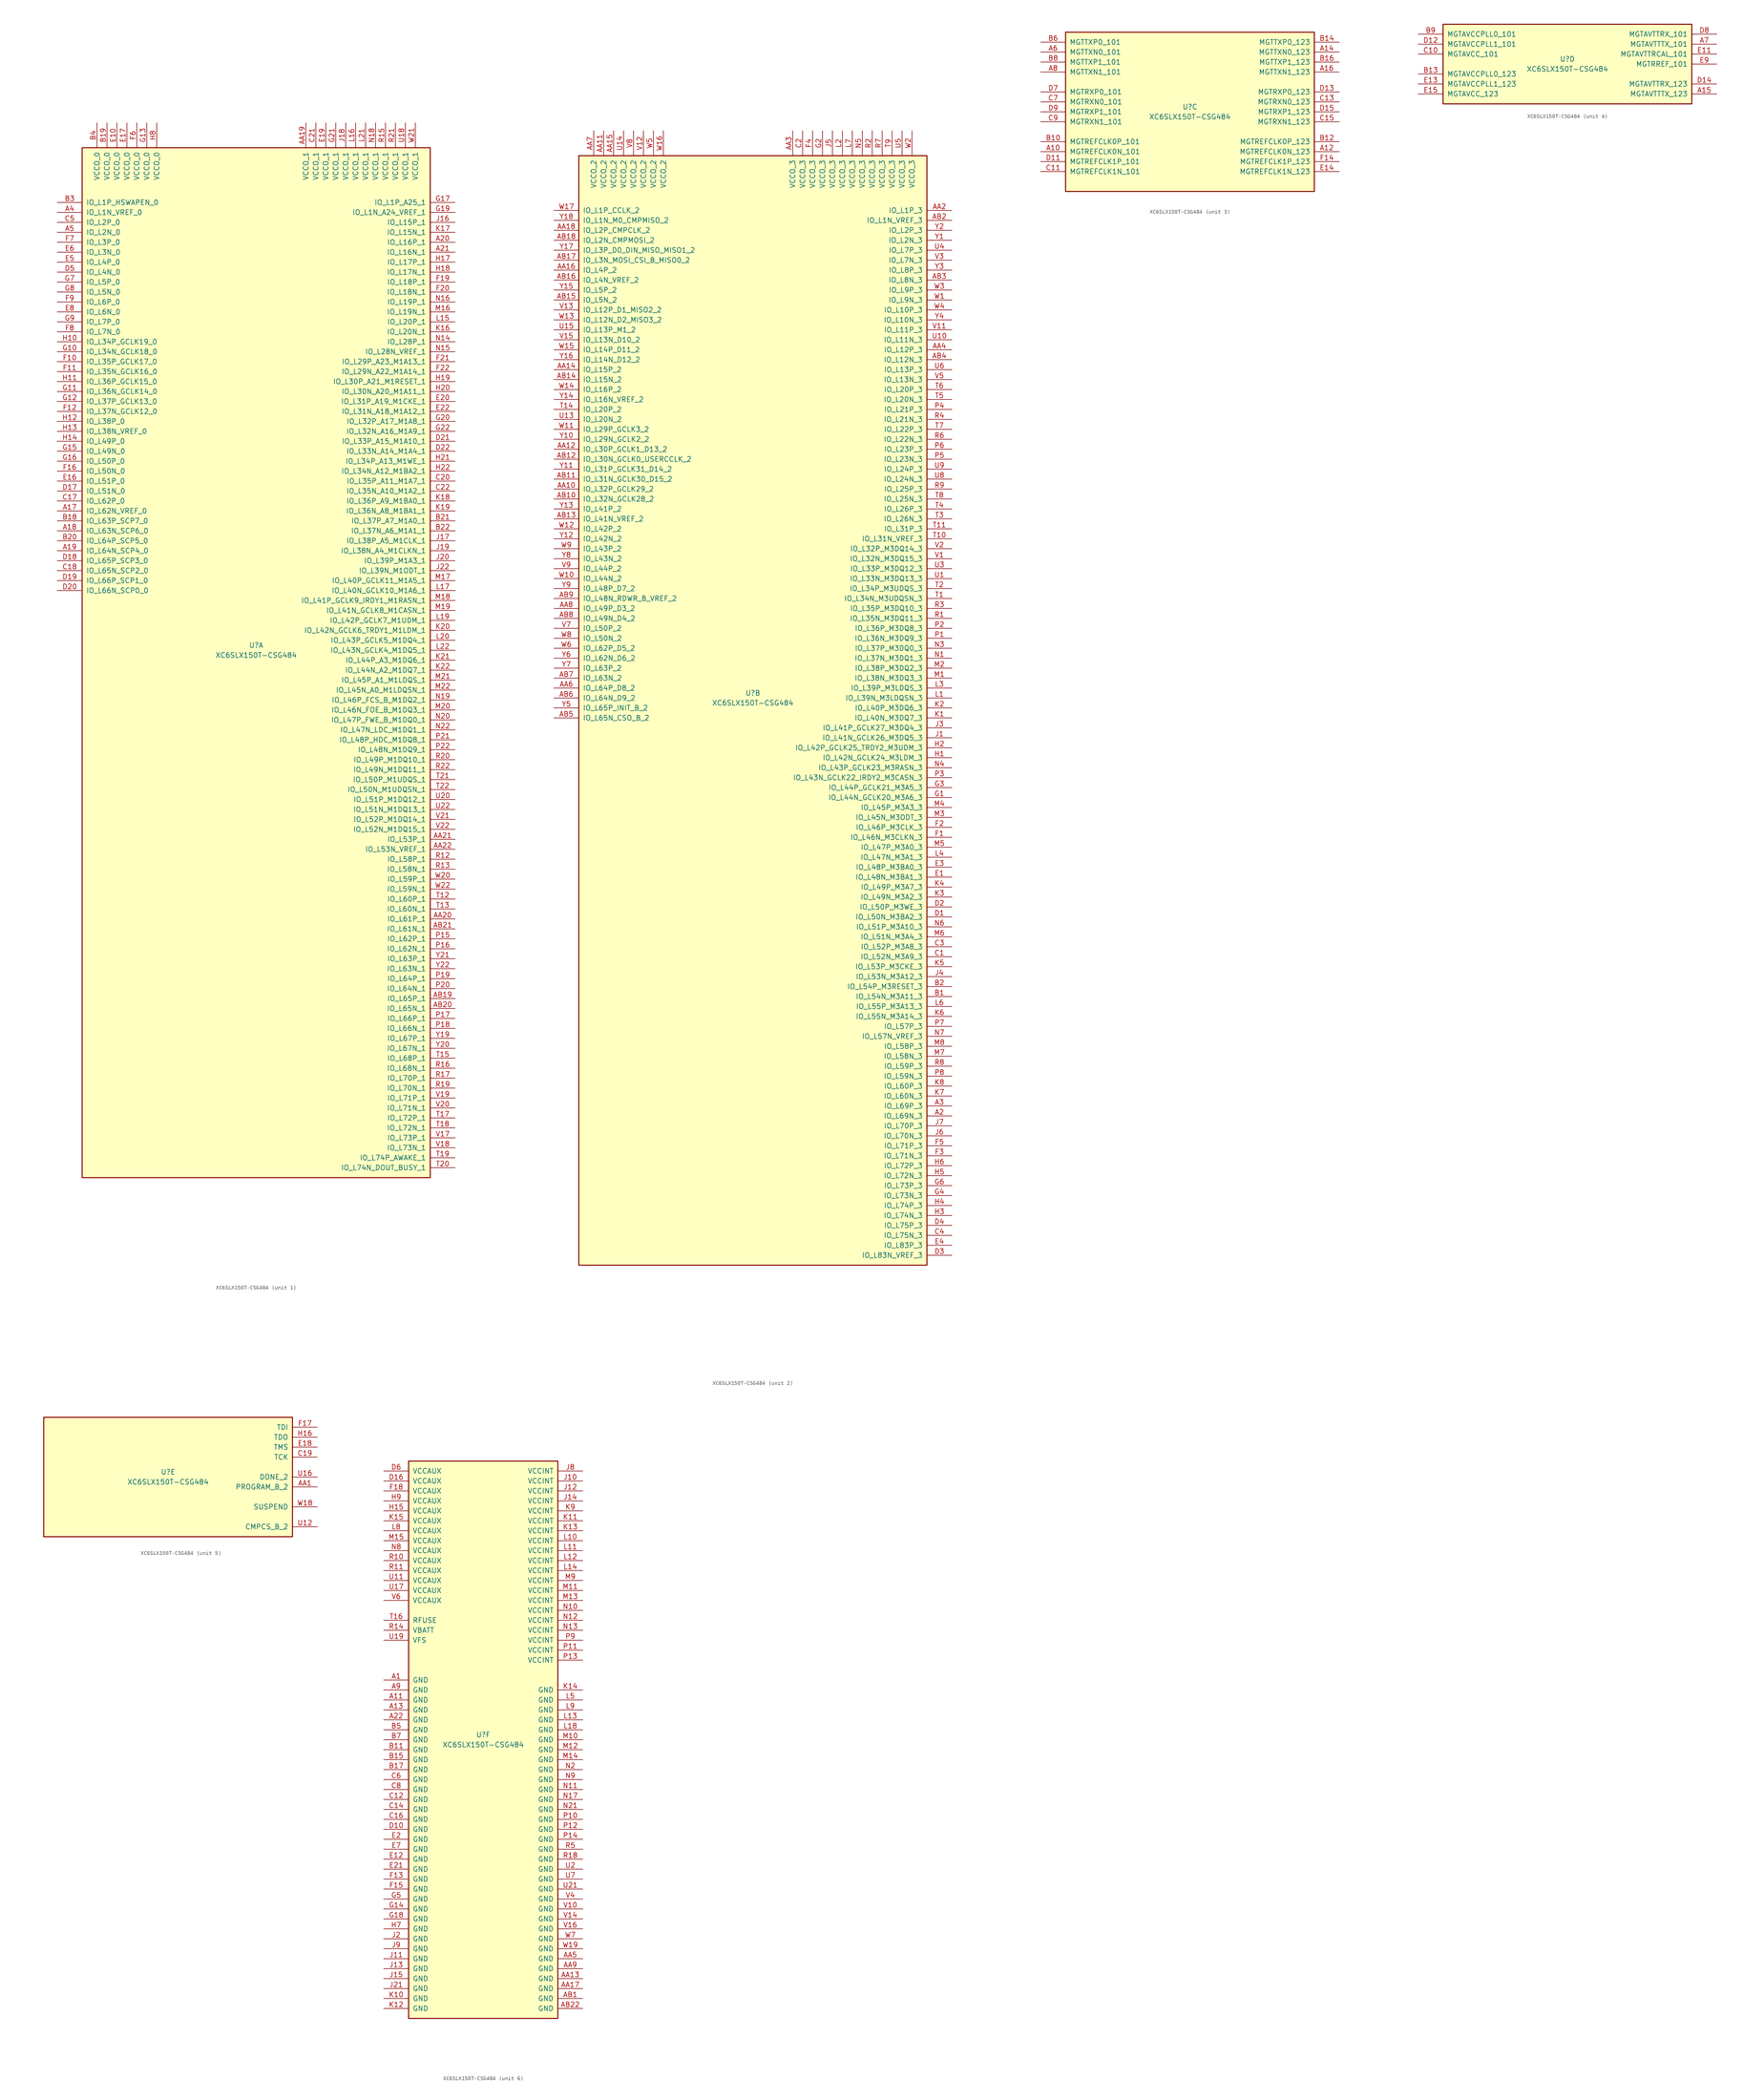
<source format=kicad_sym>
(kicad_symbol_lib
  (version 20220914)
  (generator kicad_symbol_editor)
  (symbol "XC6SLX150T-CSG484"
    (pin_names
      (offset 1.016))
    (property "Reference" "U"
      (at 0 1.27 0)
      (effects (font (size 1.27 1.27))))
    (property "Value" "XC6SLX150T-CSG484"
      (at 0 -1.27 0)
      (effects (font (size 1.27 1.27))))
    (property "Datasheet" ""
      (at 0 0 0)
      (effects (font (size 1.27 1.27))))
    (property "ki_locked" ""
      (at 0 0 0)
      (effects (font (size 1.27 1.27))))
    (symbol "XC6SLX150T-CSG484_1_1"
      (rectangle (start -44.45 128.27) (end 44.45 -134.62) (stroke (width 0.254) (type default)) (fill (type background)))
      (pin bidirectional line (at -50.8 35.56 0) (length 6.35) (name "IO_L62N_VREF_0" (effects (font (size 1.27 1.27)))) (number "A17" (effects (font (size 1.27 1.27)))))
      (pin bidirectional line (at -50.8 30.48 0) (length 6.35) (name "IO_L63N_SCP6_0" (effects (font (size 1.27 1.27)))) (number "A18" (effects (font (size 1.27 1.27)))))
      (pin bidirectional line (at -50.8 25.4 0) (length 6.35) (name "IO_L64N_SCP4_0" (effects (font (size 1.27 1.27)))) (number "A19" (effects (font (size 1.27 1.27)))))
      (pin bidirectional line (at 50.8 104.14 180) (length 6.35) (name "IO_L16P_1" (effects (font (size 1.27 1.27)))) (number "A20" (effects (font (size 1.27 1.27)))))
      (pin bidirectional line (at 50.8 101.6 180) (length 6.35) (name "IO_L16N_1" (effects (font (size 1.27 1.27)))) (number "A21" (effects (font (size 1.27 1.27)))))
      (pin bidirectional line (at -50.8 111.76 0) (length 6.35) (name "IO_L1N_VREF_0" (effects (font (size 1.27 1.27)))) (number "A4" (effects (font (size 1.27 1.27)))))
      (pin bidirectional line (at -50.8 106.68 0) (length 6.35) (name "IO_L2N_0" (effects (font (size 1.27 1.27)))) (number "A5" (effects (font (size 1.27 1.27)))))
      (pin power_in line (at 12.7 134.62 270) (length 6.35) (name "VCCO_1" (effects (font (size 1.27 1.27)))) (number "AA19" (effects (font (size 1.27 1.27)))))
      (pin bidirectional line (at 50.8 -68.58 180) (length 6.35) (name "IO_L61P_1" (effects (font (size 1.27 1.27)))) (number "AA20" (effects (font (size 1.27 1.27)))))
      (pin bidirectional line (at 50.8 -48.26 180) (length 6.35) (name "IO_L53P_1" (effects (font (size 1.27 1.27)))) (number "AA21" (effects (font (size 1.27 1.27)))))
      (pin bidirectional line (at 50.8 -50.8 180) (length 6.35) (name "IO_L53N_VREF_1" (effects (font (size 1.27 1.27)))) (number "AA22" (effects (font (size 1.27 1.27)))))
      (pin bidirectional line (at 50.8 -88.9 180) (length 6.35) (name "IO_L65P_1" (effects (font (size 1.27 1.27)))) (number "AB19" (effects (font (size 1.27 1.27)))))
      (pin bidirectional line (at 50.8 -91.44 180) (length 6.35) (name "IO_L65N_1" (effects (font (size 1.27 1.27)))) (number "AB20" (effects (font (size 1.27 1.27)))))
      (pin bidirectional line (at 50.8 -71.12 180) (length 6.35) (name "IO_L61N_1" (effects (font (size 1.27 1.27)))) (number "AB21" (effects (font (size 1.27 1.27)))))
      (pin bidirectional line (at -50.8 33.02 0) (length 6.35) (name "IO_L63P_SCP7_0" (effects (font (size 1.27 1.27)))) (number "B18" (effects (font (size 1.27 1.27)))))
      (pin power_in line (at -38.1 134.62 270) (length 6.35) (name "VCCO_0" (effects (font (size 1.27 1.27)))) (number "B19" (effects (font (size 1.27 1.27)))))
      (pin bidirectional line (at -50.8 27.94 0) (length 6.35) (name "IO_L64P_SCP5_0" (effects (font (size 1.27 1.27)))) (number "B20" (effects (font (size 1.27 1.27)))))
      (pin bidirectional line (at 50.8 33.02 180) (length 6.35) (name "IO_L37P_A7_M1A0_1" (effects (font (size 1.27 1.27)))) (number "B21" (effects (font (size 1.27 1.27)))))
      (pin bidirectional line (at 50.8 30.48 180) (length 6.35) (name "IO_L37N_A6_M1A1_1" (effects (font (size 1.27 1.27)))) (number "B22" (effects (font (size 1.27 1.27)))))
      (pin bidirectional line (at -50.8 114.3 0) (length 6.35) (name "IO_L1P_HSWAPEN_0" (effects (font (size 1.27 1.27)))) (number "B3" (effects (font (size 1.27 1.27)))))
      (pin power_in line (at -40.64 134.62 270) (length 6.35) (name "VCCO_0" (effects (font (size 1.27 1.27)))) (number "B4" (effects (font (size 1.27 1.27)))))
      (pin bidirectional line (at -50.8 38.1 0) (length 6.35) (name "IO_L62P_0" (effects (font (size 1.27 1.27)))) (number "C17" (effects (font (size 1.27 1.27)))))
      (pin bidirectional line (at -50.8 20.32 0) (length 6.35) (name "IO_L65N_SCP2_0" (effects (font (size 1.27 1.27)))) (number "C18" (effects (font (size 1.27 1.27)))))
      (pin bidirectional line (at 50.8 43.18 180) (length 6.35) (name "IO_L35P_A11_M1A7_1" (effects (font (size 1.27 1.27)))) (number "C20" (effects (font (size 1.27 1.27)))))
      (pin power_in line (at 15.24 134.62 270) (length 6.35) (name "VCCO_1" (effects (font (size 1.27 1.27)))) (number "C21" (effects (font (size 1.27 1.27)))))
      (pin bidirectional line (at 50.8 40.64 180) (length 6.35) (name "IO_L35N_A10_M1A2_1" (effects (font (size 1.27 1.27)))) (number "C22" (effects (font (size 1.27 1.27)))))
      (pin bidirectional line (at -50.8 109.22 0) (length 6.35) (name "IO_L2P_0" (effects (font (size 1.27 1.27)))) (number "C5" (effects (font (size 1.27 1.27)))))
      (pin bidirectional line (at -50.8 40.64 0) (length 6.35) (name "IO_L51N_0" (effects (font (size 1.27 1.27)))) (number "D17" (effects (font (size 1.27 1.27)))))
      (pin bidirectional line (at -50.8 22.86 0) (length 6.35) (name "IO_L65P_SCP3_0" (effects (font (size 1.27 1.27)))) (number "D18" (effects (font (size 1.27 1.27)))))
      (pin bidirectional line (at -50.8 17.78 0) (length 6.35) (name "IO_L66P_SCP1_0" (effects (font (size 1.27 1.27)))) (number "D19" (effects (font (size 1.27 1.27)))))
      (pin bidirectional line (at -50.8 15.24 0) (length 6.35) (name "IO_L66N_SCP0_0" (effects (font (size 1.27 1.27)))) (number "D20" (effects (font (size 1.27 1.27)))))
      (pin bidirectional line (at 50.8 53.34 180) (length 6.35) (name "IO_L33P_A15_M1A10_1" (effects (font (size 1.27 1.27)))) (number "D21" (effects (font (size 1.27 1.27)))))
      (pin bidirectional line (at 50.8 50.8 180) (length 6.35) (name "IO_L33N_A14_M1A4_1" (effects (font (size 1.27 1.27)))) (number "D22" (effects (font (size 1.27 1.27)))))
      (pin bidirectional line (at -50.8 96.52 0) (length 6.35) (name "IO_L4N_0" (effects (font (size 1.27 1.27)))) (number "D5" (effects (font (size 1.27 1.27)))))
      (pin power_in line (at -35.56 134.62 270) (length 6.35) (name "VCCO_0" (effects (font (size 1.27 1.27)))) (number "E10" (effects (font (size 1.27 1.27)))))
      (pin bidirectional line (at -50.8 43.18 0) (length 6.35) (name "IO_L51P_0" (effects (font (size 1.27 1.27)))) (number "E16" (effects (font (size 1.27 1.27)))))
      (pin power_in line (at -33.02 134.62 270) (length 6.35) (name "VCCO_0" (effects (font (size 1.27 1.27)))) (number "E17" (effects (font (size 1.27 1.27)))))
      (pin power_in line (at 17.78 134.62 270) (length 6.35) (name "VCCO_1" (effects (font (size 1.27 1.27)))) (number "E19" (effects (font (size 1.27 1.27)))))
      (pin bidirectional line (at 50.8 63.5 180) (length 6.35) (name "IO_L31P_A19_M1CKE_1" (effects (font (size 1.27 1.27)))) (number "E20" (effects (font (size 1.27 1.27)))))
      (pin bidirectional line (at 50.8 60.96 180) (length 6.35) (name "IO_L31N_A18_M1A12_1" (effects (font (size 1.27 1.27)))) (number "E22" (effects (font (size 1.27 1.27)))))
      (pin bidirectional line (at -50.8 99.06 0) (length 6.35) (name "IO_L4P_0" (effects (font (size 1.27 1.27)))) (number "E5" (effects (font (size 1.27 1.27)))))
      (pin bidirectional line (at -50.8 101.6 0) (length 6.35) (name "IO_L3N_0" (effects (font (size 1.27 1.27)))) (number "E6" (effects (font (size 1.27 1.27)))))
      (pin bidirectional line (at -50.8 86.36 0) (length 6.35) (name "IO_L6N_0" (effects (font (size 1.27 1.27)))) (number "E8" (effects (font (size 1.27 1.27)))))
      (pin bidirectional line (at -50.8 73.66 0) (length 6.35) (name "IO_L35P_GCLK17_0" (effects (font (size 1.27 1.27)))) (number "F10" (effects (font (size 1.27 1.27)))))
      (pin bidirectional line (at -50.8 71.12 0) (length 6.35) (name "IO_L35N_GCLK16_0" (effects (font (size 1.27 1.27)))) (number "F11" (effects (font (size 1.27 1.27)))))
      (pin bidirectional line (at -50.8 60.96 0) (length 6.35) (name "IO_L37N_GCLK12_0" (effects (font (size 1.27 1.27)))) (number "F12" (effects (font (size 1.27 1.27)))))
      (pin bidirectional line (at -50.8 45.72 0) (length 6.35) (name "IO_L50N_0" (effects (font (size 1.27 1.27)))) (number "F16" (effects (font (size 1.27 1.27)))))
      (pin bidirectional line (at 50.8 93.98 180) (length 6.35) (name "IO_L18P_1" (effects (font (size 1.27 1.27)))) (number "F19" (effects (font (size 1.27 1.27)))))
      (pin bidirectional line (at 50.8 91.44 180) (length 6.35) (name "IO_L18N_1" (effects (font (size 1.27 1.27)))) (number "F20" (effects (font (size 1.27 1.27)))))
      (pin bidirectional line (at 50.8 73.66 180) (length 6.35) (name "IO_L29P_A23_M1A13_1" (effects (font (size 1.27 1.27)))) (number "F21" (effects (font (size 1.27 1.27)))))
      (pin bidirectional line (at 50.8 71.12 180) (length 6.35) (name "IO_L29N_A22_M1A14_1" (effects (font (size 1.27 1.27)))) (number "F22" (effects (font (size 1.27 1.27)))))
      (pin power_in line (at -30.48 134.62 270) (length 6.35) (name "VCCO_0" (effects (font (size 1.27 1.27)))) (number "F6" (effects (font (size 1.27 1.27)))))
      (pin bidirectional line (at -50.8 104.14 0) (length 6.35) (name "IO_L3P_0" (effects (font (size 1.27 1.27)))) (number "F7" (effects (font (size 1.27 1.27)))))
      (pin bidirectional line (at -50.8 81.28 0) (length 6.35) (name "IO_L7N_0" (effects (font (size 1.27 1.27)))) (number "F8" (effects (font (size 1.27 1.27)))))
      (pin bidirectional line (at -50.8 88.9 0) (length 6.35) (name "IO_L6P_0" (effects (font (size 1.27 1.27)))) (number "F9" (effects (font (size 1.27 1.27)))))
      (pin bidirectional line (at -50.8 76.2 0) (length 6.35) (name "IO_L34N_GCLK18_0" (effects (font (size 1.27 1.27)))) (number "G10" (effects (font (size 1.27 1.27)))))
      (pin bidirectional line (at -50.8 66.04 0) (length 6.35) (name "IO_L36N_GCLK14_0" (effects (font (size 1.27 1.27)))) (number "G11" (effects (font (size 1.27 1.27)))))
      (pin bidirectional line (at -50.8 63.5 0) (length 6.35) (name "IO_L37P_GCLK13_0" (effects (font (size 1.27 1.27)))) (number "G12" (effects (font (size 1.27 1.27)))))
      (pin power_in line (at -27.94 134.62 270) (length 6.35) (name "VCCO_0" (effects (font (size 1.27 1.27)))) (number "G13" (effects (font (size 1.27 1.27)))))
      (pin bidirectional line (at -50.8 50.8 0) (length 6.35) (name "IO_L49N_0" (effects (font (size 1.27 1.27)))) (number "G15" (effects (font (size 1.27 1.27)))))
      (pin bidirectional line (at -50.8 48.26 0) (length 6.35) (name "IO_L50P_0" (effects (font (size 1.27 1.27)))) (number "G16" (effects (font (size 1.27 1.27)))))
      (pin bidirectional line (at 50.8 114.3 180) (length 6.35) (name "IO_L1P_A25_1" (effects (font (size 1.27 1.27)))) (number "G17" (effects (font (size 1.27 1.27)))))
      (pin bidirectional line (at 50.8 111.76 180) (length 6.35) (name "IO_L1N_A24_VREF_1" (effects (font (size 1.27 1.27)))) (number "G19" (effects (font (size 1.27 1.27)))))
      (pin bidirectional line (at 50.8 58.42 180) (length 6.35) (name "IO_L32P_A17_M1A8_1" (effects (font (size 1.27 1.27)))) (number "G20" (effects (font (size 1.27 1.27)))))
      (pin power_in line (at 20.32 134.62 270) (length 6.35) (name "VCCO_1" (effects (font (size 1.27 1.27)))) (number "G21" (effects (font (size 1.27 1.27)))))
      (pin bidirectional line (at 50.8 55.88 180) (length 6.35) (name "IO_L32N_A16_M1A9_1" (effects (font (size 1.27 1.27)))) (number "G22" (effects (font (size 1.27 1.27)))))
      (pin bidirectional line (at -50.8 93.98 0) (length 6.35) (name "IO_L5P_0" (effects (font (size 1.27 1.27)))) (number "G7" (effects (font (size 1.27 1.27)))))
      (pin bidirectional line (at -50.8 91.44 0) (length 6.35) (name "IO_L5N_0" (effects (font (size 1.27 1.27)))) (number "G8" (effects (font (size 1.27 1.27)))))
      (pin bidirectional line (at -50.8 83.82 0) (length 6.35) (name "IO_L7P_0" (effects (font (size 1.27 1.27)))) (number "G9" (effects (font (size 1.27 1.27)))))
      (pin bidirectional line (at -50.8 78.74 0) (length 6.35) (name "IO_L34P_GCLK19_0" (effects (font (size 1.27 1.27)))) (number "H10" (effects (font (size 1.27 1.27)))))
      (pin bidirectional line (at -50.8 68.58 0) (length 6.35) (name "IO_L36P_GCLK15_0" (effects (font (size 1.27 1.27)))) (number "H11" (effects (font (size 1.27 1.27)))))
      (pin bidirectional line (at -50.8 58.42 0) (length 6.35) (name "IO_L38P_0" (effects (font (size 1.27 1.27)))) (number "H12" (effects (font (size 1.27 1.27)))))
      (pin bidirectional line (at -50.8 55.88 0) (length 6.35) (name "IO_L38N_VREF_0" (effects (font (size 1.27 1.27)))) (number "H13" (effects (font (size 1.27 1.27)))))
      (pin bidirectional line (at -50.8 53.34 0) (length 6.35) (name "IO_L49P_0" (effects (font (size 1.27 1.27)))) (number "H14" (effects (font (size 1.27 1.27)))))
      (pin bidirectional line (at 50.8 99.06 180) (length 6.35) (name "IO_L17P_1" (effects (font (size 1.27 1.27)))) (number "H17" (effects (font (size 1.27 1.27)))))
      (pin bidirectional line (at 50.8 96.52 180) (length 6.35) (name "IO_L17N_1" (effects (font (size 1.27 1.27)))) (number "H18" (effects (font (size 1.27 1.27)))))
      (pin bidirectional line (at 50.8 68.58 180) (length 6.35) (name "IO_L30P_A21_M1RESET_1" (effects (font (size 1.27 1.27)))) (number "H19" (effects (font (size 1.27 1.27)))))
      (pin bidirectional line (at 50.8 66.04 180) (length 6.35) (name "IO_L30N_A20_M1A11_1" (effects (font (size 1.27 1.27)))) (number "H20" (effects (font (size 1.27 1.27)))))
      (pin bidirectional line (at 50.8 48.26 180) (length 6.35) (name "IO_L34P_A13_M1WE_1" (effects (font (size 1.27 1.27)))) (number "H21" (effects (font (size 1.27 1.27)))))
      (pin bidirectional line (at 50.8 45.72 180) (length 6.35) (name "IO_L34N_A12_M1BA2_1" (effects (font (size 1.27 1.27)))) (number "H22" (effects (font (size 1.27 1.27)))))
      (pin power_in line (at -25.4 134.62 270) (length 6.35) (name "VCCO_0" (effects (font (size 1.27 1.27)))) (number "H8" (effects (font (size 1.27 1.27)))))
      (pin bidirectional line (at 50.8 109.22 180) (length 6.35) (name "IO_L15P_1" (effects (font (size 1.27 1.27)))) (number "J16" (effects (font (size 1.27 1.27)))))
      (pin bidirectional line (at 50.8 27.94 180) (length 6.35) (name "IO_L38P_A5_M1CLK_1" (effects (font (size 1.27 1.27)))) (number "J17" (effects (font (size 1.27 1.27)))))
      (pin power_in line (at 22.86 134.62 270) (length 6.35) (name "VCCO_1" (effects (font (size 1.27 1.27)))) (number "J18" (effects (font (size 1.27 1.27)))))
      (pin bidirectional line (at 50.8 25.4 180) (length 6.35) (name "IO_L38N_A4_M1CLKN_1" (effects (font (size 1.27 1.27)))) (number "J19" (effects (font (size 1.27 1.27)))))
      (pin bidirectional line (at 50.8 22.86 180) (length 6.35) (name "IO_L39P_M1A3_1" (effects (font (size 1.27 1.27)))) (number "J20" (effects (font (size 1.27 1.27)))))
      (pin bidirectional line (at 50.8 20.32 180) (length 6.35) (name "IO_L39N_M1ODT_1" (effects (font (size 1.27 1.27)))) (number "J22" (effects (font (size 1.27 1.27)))))
      (pin bidirectional line (at 50.8 81.28 180) (length 6.35) (name "IO_L20N_1" (effects (font (size 1.27 1.27)))) (number "K16" (effects (font (size 1.27 1.27)))))
      (pin bidirectional line (at 50.8 106.68 180) (length 6.35) (name "IO_L15N_1" (effects (font (size 1.27 1.27)))) (number "K17" (effects (font (size 1.27 1.27)))))
      (pin bidirectional line (at 50.8 38.1 180) (length 6.35) (name "IO_L36P_A9_M1BA0_1" (effects (font (size 1.27 1.27)))) (number "K18" (effects (font (size 1.27 1.27)))))
      (pin bidirectional line (at 50.8 35.56 180) (length 6.35) (name "IO_L36N_A8_M1BA1_1" (effects (font (size 1.27 1.27)))) (number "K19" (effects (font (size 1.27 1.27)))))
      (pin bidirectional line (at 50.8 5.08 180) (length 6.35) (name "IO_L42N_GCLK6_TRDY1_M1LDM_1" (effects (font (size 1.27 1.27)))) (number "K20" (effects (font (size 1.27 1.27)))))
      (pin bidirectional line (at 50.8 -2.54 180) (length 6.35) (name "IO_L44P_A3_M1DQ6_1" (effects (font (size 1.27 1.27)))) (number "K21" (effects (font (size 1.27 1.27)))))
      (pin bidirectional line (at 50.8 -5.08 180) (length 6.35) (name "IO_L44N_A2_M1DQ7_1" (effects (font (size 1.27 1.27)))) (number "K22" (effects (font (size 1.27 1.27)))))
      (pin bidirectional line (at 50.8 83.82 180) (length 6.35) (name "IO_L20P_1" (effects (font (size 1.27 1.27)))) (number "L15" (effects (font (size 1.27 1.27)))))
      (pin power_in line (at 25.4 134.62 270) (length 6.35) (name "VCCO_1" (effects (font (size 1.27 1.27)))) (number "L16" (effects (font (size 1.27 1.27)))))
      (pin bidirectional line (at 50.8 15.24 180) (length 6.35) (name "IO_L40N_GCLK10_M1A6_1" (effects (font (size 1.27 1.27)))) (number "L17" (effects (font (size 1.27 1.27)))))
      (pin bidirectional line (at 50.8 7.62 180) (length 6.35) (name "IO_L42P_GCLK7_M1UDM_1" (effects (font (size 1.27 1.27)))) (number "L19" (effects (font (size 1.27 1.27)))))
      (pin bidirectional line (at 50.8 2.54 180) (length 6.35) (name "IO_L43P_GCLK5_M1DQ4_1" (effects (font (size 1.27 1.27)))) (number "L20" (effects (font (size 1.27 1.27)))))
      (pin power_in line (at 27.94 134.62 270) (length 6.35) (name "VCCO_1" (effects (font (size 1.27 1.27)))) (number "L21" (effects (font (size 1.27 1.27)))))
      (pin bidirectional line (at 50.8 0 180) (length 6.35) (name "IO_L43N_GCLK4_M1DQ5_1" (effects (font (size 1.27 1.27)))) (number "L22" (effects (font (size 1.27 1.27)))))
      (pin bidirectional line (at 50.8 86.36 180) (length 6.35) (name "IO_L19N_1" (effects (font (size 1.27 1.27)))) (number "M16" (effects (font (size 1.27 1.27)))))
      (pin bidirectional line (at 50.8 17.78 180) (length 6.35) (name "IO_L40P_GCLK11_M1A5_1" (effects (font (size 1.27 1.27)))) (number "M17" (effects (font (size 1.27 1.27)))))
      (pin bidirectional line (at 50.8 12.7 180) (length 6.35) (name "IO_L41P_GCLK9_IRDY1_M1RASN_1" (effects (font (size 1.27 1.27)))) (number "M18" (effects (font (size 1.27 1.27)))))
      (pin bidirectional line (at 50.8 10.16 180) (length 6.35) (name "IO_L41N_GCLK8_M1CASN_1" (effects (font (size 1.27 1.27)))) (number "M19" (effects (font (size 1.27 1.27)))))
      (pin bidirectional line (at 50.8 -15.24 180) (length 6.35) (name "IO_L46N_FOE_B_M1DQ3_1" (effects (font (size 1.27 1.27)))) (number "M20" (effects (font (size 1.27 1.27)))))
      (pin bidirectional line (at 50.8 -7.62 180) (length 6.35) (name "IO_L45P_A1_M1LDQS_1" (effects (font (size 1.27 1.27)))) (number "M21" (effects (font (size 1.27 1.27)))))
      (pin bidirectional line (at 50.8 -10.16 180) (length 6.35) (name "IO_L45N_A0_M1LDQSN_1" (effects (font (size 1.27 1.27)))) (number "M22" (effects (font (size 1.27 1.27)))))
      (pin bidirectional line (at 50.8 78.74 180) (length 6.35) (name "IO_L28P_1" (effects (font (size 1.27 1.27)))) (number "N14" (effects (font (size 1.27 1.27)))))
      (pin bidirectional line (at 50.8 76.2 180) (length 6.35) (name "IO_L28N_VREF_1" (effects (font (size 1.27 1.27)))) (number "N15" (effects (font (size 1.27 1.27)))))
      (pin bidirectional line (at 50.8 88.9 180) (length 6.35) (name "IO_L19P_1" (effects (font (size 1.27 1.27)))) (number "N16" (effects (font (size 1.27 1.27)))))
      (pin power_in line (at 30.48 134.62 270) (length 6.35) (name "VCCO_1" (effects (font (size 1.27 1.27)))) (number "N18" (effects (font (size 1.27 1.27)))))
      (pin bidirectional line (at 50.8 -12.7 180) (length 6.35) (name "IO_L46P_FCS_B_M1DQ2_1" (effects (font (size 1.27 1.27)))) (number "N19" (effects (font (size 1.27 1.27)))))
      (pin bidirectional line (at 50.8 -17.78 180) (length 6.35) (name "IO_L47P_FWE_B_M1DQ0_1" (effects (font (size 1.27 1.27)))) (number "N20" (effects (font (size 1.27 1.27)))))
      (pin bidirectional line (at 50.8 -20.32 180) (length 6.35) (name "IO_L47N_LDC_M1DQ1_1" (effects (font (size 1.27 1.27)))) (number "N22" (effects (font (size 1.27 1.27)))))
      (pin bidirectional line (at 50.8 -73.66 180) (length 6.35) (name "IO_L62P_1" (effects (font (size 1.27 1.27)))) (number "P15" (effects (font (size 1.27 1.27)))))
      (pin bidirectional line (at 50.8 -76.2 180) (length 6.35) (name "IO_L62N_1" (effects (font (size 1.27 1.27)))) (number "P16" (effects (font (size 1.27 1.27)))))
      (pin bidirectional line (at 50.8 -93.98 180) (length 6.35) (name "IO_L66P_1" (effects (font (size 1.27 1.27)))) (number "P17" (effects (font (size 1.27 1.27)))))
      (pin bidirectional line (at 50.8 -96.52 180) (length 6.35) (name "IO_L66N_1" (effects (font (size 1.27 1.27)))) (number "P18" (effects (font (size 1.27 1.27)))))
      (pin bidirectional line (at 50.8 -83.82 180) (length 6.35) (name "IO_L64P_1" (effects (font (size 1.27 1.27)))) (number "P19" (effects (font (size 1.27 1.27)))))
      (pin bidirectional line (at 50.8 -86.36 180) (length 6.35) (name "IO_L64N_1" (effects (font (size 1.27 1.27)))) (number "P20" (effects (font (size 1.27 1.27)))))
      (pin bidirectional line (at 50.8 -22.86 180) (length 6.35) (name "IO_L48P_HDC_M1DQ8_1" (effects (font (size 1.27 1.27)))) (number "P21" (effects (font (size 1.27 1.27)))))
      (pin bidirectional line (at 50.8 -25.4 180) (length 6.35) (name "IO_L48N_M1DQ9_1" (effects (font (size 1.27 1.27)))) (number "P22" (effects (font (size 1.27 1.27)))))
      (pin bidirectional line (at 50.8 -53.34 180) (length 6.35) (name "IO_L58P_1" (effects (font (size 1.27 1.27)))) (number "R12" (effects (font (size 1.27 1.27)))))
      (pin bidirectional line (at 50.8 -55.88 180) (length 6.35) (name "IO_L58N_1" (effects (font (size 1.27 1.27)))) (number "R13" (effects (font (size 1.27 1.27)))))
      (pin power_in line (at 33.02 134.62 270) (length 6.35) (name "VCCO_1" (effects (font (size 1.27 1.27)))) (number "R15" (effects (font (size 1.27 1.27)))))
      (pin bidirectional line (at 50.8 -106.68 180) (length 6.35) (name "IO_L68N_1" (effects (font (size 1.27 1.27)))) (number "R16" (effects (font (size 1.27 1.27)))))
      (pin bidirectional line (at 50.8 -109.22 180) (length 6.35) (name "IO_L70P_1" (effects (font (size 1.27 1.27)))) (number "R17" (effects (font (size 1.27 1.27)))))
      (pin bidirectional line (at 50.8 -111.76 180) (length 6.35) (name "IO_L70N_1" (effects (font (size 1.27 1.27)))) (number "R19" (effects (font (size 1.27 1.27)))))
      (pin bidirectional line (at 50.8 -27.94 180) (length 6.35) (name "IO_L49P_M1DQ10_1" (effects (font (size 1.27 1.27)))) (number "R20" (effects (font (size 1.27 1.27)))))
      (pin power_in line (at 35.56 134.62 270) (length 6.35) (name "VCCO_1" (effects (font (size 1.27 1.27)))) (number "R21" (effects (font (size 1.27 1.27)))))
      (pin bidirectional line (at 50.8 -30.48 180) (length 6.35) (name "IO_L49N_M1DQ11_1" (effects (font (size 1.27 1.27)))) (number "R22" (effects (font (size 1.27 1.27)))))
      (pin bidirectional line (at 50.8 -63.5 180) (length 6.35) (name "IO_L60P_1" (effects (font (size 1.27 1.27)))) (number "T12" (effects (font (size 1.27 1.27)))))
      (pin bidirectional line (at 50.8 -66.04 180) (length 6.35) (name "IO_L60N_1" (effects (font (size 1.27 1.27)))) (number "T13" (effects (font (size 1.27 1.27)))))
      (pin bidirectional line (at 50.8 -104.14 180) (length 6.35) (name "IO_L68P_1" (effects (font (size 1.27 1.27)))) (number "T15" (effects (font (size 1.27 1.27)))))
      (pin bidirectional line (at 50.8 -119.38 180) (length 6.35) (name "IO_L72P_1" (effects (font (size 1.27 1.27)))) (number "T17" (effects (font (size 1.27 1.27)))))
      (pin bidirectional line (at 50.8 -121.92 180) (length 6.35) (name "IO_L72N_1" (effects (font (size 1.27 1.27)))) (number "T18" (effects (font (size 1.27 1.27)))))
      (pin bidirectional line (at 50.8 -129.54 180) (length 6.35) (name "IO_L74P_AWAKE_1" (effects (font (size 1.27 1.27)))) (number "T19" (effects (font (size 1.27 1.27)))))
      (pin bidirectional line (at 50.8 -132.08 180) (length 6.35) (name "IO_L74N_DOUT_BUSY_1" (effects (font (size 1.27 1.27)))) (number "T20" (effects (font (size 1.27 1.27)))))
      (pin bidirectional line (at 50.8 -33.02 180) (length 6.35) (name "IO_L50P_M1UDQS_1" (effects (font (size 1.27 1.27)))) (number "T21" (effects (font (size 1.27 1.27)))))
      (pin bidirectional line (at 50.8 -35.56 180) (length 6.35) (name "IO_L50N_M1UDQSN_1" (effects (font (size 1.27 1.27)))) (number "T22" (effects (font (size 1.27 1.27)))))
      (pin power_in line (at 38.1 134.62 270) (length 6.35) (name "VCCO_1" (effects (font (size 1.27 1.27)))) (number "U18" (effects (font (size 1.27 1.27)))))
      (pin bidirectional line (at 50.8 -38.1 180) (length 6.35) (name "IO_L51P_M1DQ12_1" (effects (font (size 1.27 1.27)))) (number "U20" (effects (font (size 1.27 1.27)))))
      (pin bidirectional line (at 50.8 -40.64 180) (length 6.35) (name "IO_L51N_M1DQ13_1" (effects (font (size 1.27 1.27)))) (number "U22" (effects (font (size 1.27 1.27)))))
      (pin bidirectional line (at 50.8 -124.46 180) (length 6.35) (name "IO_L73P_1" (effects (font (size 1.27 1.27)))) (number "V17" (effects (font (size 1.27 1.27)))))
      (pin bidirectional line (at 50.8 -127 180) (length 6.35) (name "IO_L73N_1" (effects (font (size 1.27 1.27)))) (number "V18" (effects (font (size 1.27 1.27)))))
      (pin bidirectional line (at 50.8 -114.3 180) (length 6.35) (name "IO_L71P_1" (effects (font (size 1.27 1.27)))) (number "V19" (effects (font (size 1.27 1.27)))))
      (pin bidirectional line (at 50.8 -116.84 180) (length 6.35) (name "IO_L71N_1" (effects (font (size 1.27 1.27)))) (number "V20" (effects (font (size 1.27 1.27)))))
      (pin bidirectional line (at 50.8 -43.18 180) (length 6.35) (name "IO_L52P_M1DQ14_1" (effects (font (size 1.27 1.27)))) (number "V21" (effects (font (size 1.27 1.27)))))
      (pin bidirectional line (at 50.8 -45.72 180) (length 6.35) (name "IO_L52N_M1DQ15_1" (effects (font (size 1.27 1.27)))) (number "V22" (effects (font (size 1.27 1.27)))))
      (pin bidirectional line (at 50.8 -58.42 180) (length 6.35) (name "IO_L59P_1" (effects (font (size 1.27 1.27)))) (number "W20" (effects (font (size 1.27 1.27)))))
      (pin power_in line (at 40.64 134.62 270) (length 6.35) (name "VCCO_1" (effects (font (size 1.27 1.27)))) (number "W21" (effects (font (size 1.27 1.27)))))
      (pin bidirectional line (at 50.8 -60.96 180) (length 6.35) (name "IO_L59N_1" (effects (font (size 1.27 1.27)))) (number "W22" (effects (font (size 1.27 1.27)))))
      (pin bidirectional line (at 50.8 -99.06 180) (length 6.35) (name "IO_L67P_1" (effects (font (size 1.27 1.27)))) (number "Y19" (effects (font (size 1.27 1.27)))))
      (pin bidirectional line (at 50.8 -101.6 180) (length 6.35) (name "IO_L67N_1" (effects (font (size 1.27 1.27)))) (number "Y20" (effects (font (size 1.27 1.27)))))
      (pin bidirectional line (at 50.8 -78.74 180) (length 6.35) (name "IO_L63P_1" (effects (font (size 1.27 1.27)))) (number "Y21" (effects (font (size 1.27 1.27)))))
      (pin bidirectional line (at 50.8 -81.28 180) (length 6.35) (name "IO_L63N_1" (effects (font (size 1.27 1.27)))) (number "Y22" (effects (font (size 1.27 1.27))))))
    (symbol "XC6SLX150T-CSG484_2_1"
      (rectangle (start -44.45 138.43) (end 44.45 -144.78) (stroke (width 0.254) (type default)) (fill (type background)))
      (pin bidirectional line (at 50.8 -106.68 180) (length 6.35) (name "IO_L69N_3" (effects (font (size 1.27 1.27)))) (number "A2" (effects (font (size 1.27 1.27)))))
      (pin bidirectional line (at 50.8 -104.14 180) (length 6.35) (name "IO_L69P_3" (effects (font (size 1.27 1.27)))) (number "A3" (effects (font (size 1.27 1.27)))))
      (pin bidirectional line (at -50.8 53.34 0) (length 6.35) (name "IO_L32P_GCLK29_2" (effects (font (size 1.27 1.27)))) (number "AA10" (effects (font (size 1.27 1.27)))))
      (pin power_in line (at -38.1 144.78 270) (length 6.35) (name "VCCO_2" (effects (font (size 1.27 1.27)))) (number "AA11" (effects (font (size 1.27 1.27)))))
      (pin bidirectional line (at -50.8 63.5 0) (length 6.35) (name "IO_L30P_GCLK1_D13_2" (effects (font (size 1.27 1.27)))) (number "AA12" (effects (font (size 1.27 1.27)))))
      (pin bidirectional line (at -50.8 83.82 0) (length 6.35) (name "IO_L15P_2" (effects (font (size 1.27 1.27)))) (number "AA14" (effects (font (size 1.27 1.27)))))
      (pin power_in line (at -35.56 144.78 270) (length 6.35) (name "VCCO_2" (effects (font (size 1.27 1.27)))) (number "AA15" (effects (font (size 1.27 1.27)))))
      (pin bidirectional line (at -50.8 109.22 0) (length 6.35) (name "IO_L4P_2" (effects (font (size 1.27 1.27)))) (number "AA16" (effects (font (size 1.27 1.27)))))
      (pin bidirectional line (at -50.8 119.38 0) (length 6.35) (name "IO_L2P_CMPCLK_2" (effects (font (size 1.27 1.27)))) (number "AA18" (effects (font (size 1.27 1.27)))))
      (pin bidirectional line (at 50.8 124.46 180) (length 6.35) (name "IO_L1P_3" (effects (font (size 1.27 1.27)))) (number "AA2" (effects (font (size 1.27 1.27)))))
      (pin power_in line (at 10.16 144.78 270) (length 6.35) (name "VCCO_3" (effects (font (size 1.27 1.27)))) (number "AA3" (effects (font (size 1.27 1.27)))))
      (pin bidirectional line (at 50.8 88.9 180) (length 6.35) (name "IO_L12P_3" (effects (font (size 1.27 1.27)))) (number "AA4" (effects (font (size 1.27 1.27)))))
      (pin bidirectional line (at -50.8 2.54 0) (length 6.35) (name "IO_L64P_D8_2" (effects (font (size 1.27 1.27)))) (number "AA6" (effects (font (size 1.27 1.27)))))
      (pin power_in line (at -40.64 144.78 270) (length 6.35) (name "VCCO_2" (effects (font (size 1.27 1.27)))) (number "AA7" (effects (font (size 1.27 1.27)))))
      (pin bidirectional line (at -50.8 22.86 0) (length 6.35) (name "IO_L49P_D3_2" (effects (font (size 1.27 1.27)))) (number "AA8" (effects (font (size 1.27 1.27)))))
      (pin bidirectional line (at -50.8 50.8 0) (length 6.35) (name "IO_L32N_GCLK28_2" (effects (font (size 1.27 1.27)))) (number "AB10" (effects (font (size 1.27 1.27)))))
      (pin bidirectional line (at -50.8 55.88 0) (length 6.35) (name "IO_L31N_GCLK30_D15_2" (effects (font (size 1.27 1.27)))) (number "AB11" (effects (font (size 1.27 1.27)))))
      (pin bidirectional line (at -50.8 60.96 0) (length 6.35) (name "IO_L30N_GCLK0_USERCCLK_2" (effects (font (size 1.27 1.27)))) (number "AB12" (effects (font (size 1.27 1.27)))))
      (pin bidirectional line (at -50.8 45.72 0) (length 6.35) (name "IO_L41N_VREF_2" (effects (font (size 1.27 1.27)))) (number "AB13" (effects (font (size 1.27 1.27)))))
      (pin bidirectional line (at -50.8 81.28 0) (length 6.35) (name "IO_L15N_2" (effects (font (size 1.27 1.27)))) (number "AB14" (effects (font (size 1.27 1.27)))))
      (pin bidirectional line (at -50.8 101.6 0) (length 6.35) (name "IO_L5N_2" (effects (font (size 1.27 1.27)))) (number "AB15" (effects (font (size 1.27 1.27)))))
      (pin bidirectional line (at -50.8 106.68 0) (length 6.35) (name "IO_L4N_VREF_2" (effects (font (size 1.27 1.27)))) (number "AB16" (effects (font (size 1.27 1.27)))))
      (pin bidirectional line (at -50.8 111.76 0) (length 6.35) (name "IO_L3N_MOSI_CSI_B_MISO0_2" (effects (font (size 1.27 1.27)))) (number "AB17" (effects (font (size 1.27 1.27)))))
      (pin bidirectional line (at -50.8 116.84 0) (length 6.35) (name "IO_L2N_CMPMOSI_2" (effects (font (size 1.27 1.27)))) (number "AB18" (effects (font (size 1.27 1.27)))))
      (pin bidirectional line (at 50.8 121.92 180) (length 6.35) (name "IO_L1N_VREF_3" (effects (font (size 1.27 1.27)))) (number "AB2" (effects (font (size 1.27 1.27)))))
      (pin bidirectional line (at 50.8 106.68 180) (length 6.35) (name "IO_L8N_3" (effects (font (size 1.27 1.27)))) (number "AB3" (effects (font (size 1.27 1.27)))))
      (pin bidirectional line (at 50.8 86.36 180) (length 6.35) (name "IO_L12N_3" (effects (font (size 1.27 1.27)))) (number "AB4" (effects (font (size 1.27 1.27)))))
      (pin bidirectional line (at -50.8 -5.08 0) (length 6.35) (name "IO_L65N_CSO_B_2" (effects (font (size 1.27 1.27)))) (number "AB5" (effects (font (size 1.27 1.27)))))
      (pin bidirectional line (at -50.8 0 0) (length 6.35) (name "IO_L64N_D9_2" (effects (font (size 1.27 1.27)))) (number "AB6" (effects (font (size 1.27 1.27)))))
      (pin bidirectional line (at -50.8 5.08 0) (length 6.35) (name "IO_L63N_2" (effects (font (size 1.27 1.27)))) (number "AB7" (effects (font (size 1.27 1.27)))))
      (pin bidirectional line (at -50.8 20.32 0) (length 6.35) (name "IO_L49N_D4_2" (effects (font (size 1.27 1.27)))) (number "AB8" (effects (font (size 1.27 1.27)))))
      (pin bidirectional line (at -50.8 25.4 0) (length 6.35) (name "IO_L48N_RDWR_B_VREF_2" (effects (font (size 1.27 1.27)))) (number "AB9" (effects (font (size 1.27 1.27)))))
      (pin bidirectional line (at 50.8 -76.2 180) (length 6.35) (name "IO_L54N_M3A11_3" (effects (font (size 1.27 1.27)))) (number "B1" (effects (font (size 1.27 1.27)))))
      (pin bidirectional line (at 50.8 -73.66 180) (length 6.35) (name "IO_L54P_M3RESET_3" (effects (font (size 1.27 1.27)))) (number "B2" (effects (font (size 1.27 1.27)))))
      (pin bidirectional line (at 50.8 -66.04 180) (length 6.35) (name "IO_L52N_M3A9_3" (effects (font (size 1.27 1.27)))) (number "C1" (effects (font (size 1.27 1.27)))))
      (pin power_in line (at 12.7 144.78 270) (length 6.35) (name "VCCO_3" (effects (font (size 1.27 1.27)))) (number "C2" (effects (font (size 1.27 1.27)))))
      (pin bidirectional line (at 50.8 -63.5 180) (length 6.35) (name "IO_L52P_M3A8_3" (effects (font (size 1.27 1.27)))) (number "C3" (effects (font (size 1.27 1.27)))))
      (pin bidirectional line (at 50.8 -137.16 180) (length 6.35) (name "IO_L75N_3" (effects (font (size 1.27 1.27)))) (number "C4" (effects (font (size 1.27 1.27)))))
      (pin bidirectional line (at 50.8 -55.88 180) (length 6.35) (name "IO_L50N_M3BA2_3" (effects (font (size 1.27 1.27)))) (number "D1" (effects (font (size 1.27 1.27)))))
      (pin bidirectional line (at 50.8 -53.34 180) (length 6.35) (name "IO_L50P_M3WE_3" (effects (font (size 1.27 1.27)))) (number "D2" (effects (font (size 1.27 1.27)))))
      (pin bidirectional line (at 50.8 -142.24 180) (length 6.35) (name "IO_L83N_VREF_3" (effects (font (size 1.27 1.27)))) (number "D3" (effects (font (size 1.27 1.27)))))
      (pin bidirectional line (at 50.8 -134.62 180) (length 6.35) (name "IO_L75P_3" (effects (font (size 1.27 1.27)))) (number "D4" (effects (font (size 1.27 1.27)))))
      (pin bidirectional line (at 50.8 -45.72 180) (length 6.35) (name "IO_L48N_M3BA1_3" (effects (font (size 1.27 1.27)))) (number "E1" (effects (font (size 1.27 1.27)))))
      (pin bidirectional line (at 50.8 -43.18 180) (length 6.35) (name "IO_L48P_M3BA0_3" (effects (font (size 1.27 1.27)))) (number "E3" (effects (font (size 1.27 1.27)))))
      (pin bidirectional line (at 50.8 -139.7 180) (length 6.35) (name "IO_L83P_3" (effects (font (size 1.27 1.27)))) (number "E4" (effects (font (size 1.27 1.27)))))
      (pin bidirectional line (at 50.8 -35.56 180) (length 6.35) (name "IO_L46N_M3CLKN_3" (effects (font (size 1.27 1.27)))) (number "F1" (effects (font (size 1.27 1.27)))))
      (pin bidirectional line (at 50.8 -33.02 180) (length 6.35) (name "IO_L46P_M3CLK_3" (effects (font (size 1.27 1.27)))) (number "F2" (effects (font (size 1.27 1.27)))))
      (pin bidirectional line (at 50.8 -116.84 180) (length 6.35) (name "IO_L71N_3" (effects (font (size 1.27 1.27)))) (number "F3" (effects (font (size 1.27 1.27)))))
      (pin power_in line (at 15.24 144.78 270) (length 6.35) (name "VCCO_3" (effects (font (size 1.27 1.27)))) (number "F4" (effects (font (size 1.27 1.27)))))
      (pin bidirectional line (at 50.8 -114.3 180) (length 6.35) (name "IO_L71P_3" (effects (font (size 1.27 1.27)))) (number "F5" (effects (font (size 1.27 1.27)))))
      (pin bidirectional line (at 50.8 -25.4 180) (length 6.35) (name "IO_L44N_GCLK20_M3A6_3" (effects (font (size 1.27 1.27)))) (number "G1" (effects (font (size 1.27 1.27)))))
      (pin power_in line (at 17.78 144.78 270) (length 6.35) (name "VCCO_3" (effects (font (size 1.27 1.27)))) (number "G2" (effects (font (size 1.27 1.27)))))
      (pin bidirectional line (at 50.8 -22.86 180) (length 6.35) (name "IO_L44P_GCLK21_M3A5_3" (effects (font (size 1.27 1.27)))) (number "G3" (effects (font (size 1.27 1.27)))))
      (pin bidirectional line (at 50.8 -127 180) (length 6.35) (name "IO_L73N_3" (effects (font (size 1.27 1.27)))) (number "G4" (effects (font (size 1.27 1.27)))))
      (pin bidirectional line (at 50.8 -124.46 180) (length 6.35) (name "IO_L73P_3" (effects (font (size 1.27 1.27)))) (number "G6" (effects (font (size 1.27 1.27)))))
      (pin bidirectional line (at 50.8 -15.24 180) (length 6.35) (name "IO_L42N_GCLK24_M3LDM_3" (effects (font (size 1.27 1.27)))) (number "H1" (effects (font (size 1.27 1.27)))))
      (pin bidirectional line (at 50.8 -12.7 180) (length 6.35) (name "IO_L42P_GCLK25_TRDY2_M3UDM_3" (effects (font (size 1.27 1.27)))) (number "H2" (effects (font (size 1.27 1.27)))))
      (pin bidirectional line (at 50.8 -132.08 180) (length 6.35) (name "IO_L74N_3" (effects (font (size 1.27 1.27)))) (number "H3" (effects (font (size 1.27 1.27)))))
      (pin bidirectional line (at 50.8 -129.54 180) (length 6.35) (name "IO_L74P_3" (effects (font (size 1.27 1.27)))) (number "H4" (effects (font (size 1.27 1.27)))))
      (pin bidirectional line (at 50.8 -121.92 180) (length 6.35) (name "IO_L72N_3" (effects (font (size 1.27 1.27)))) (number "H5" (effects (font (size 1.27 1.27)))))
      (pin bidirectional line (at 50.8 -119.38 180) (length 6.35) (name "IO_L72P_3" (effects (font (size 1.27 1.27)))) (number "H6" (effects (font (size 1.27 1.27)))))
      (pin bidirectional line (at 50.8 -10.16 180) (length 6.35) (name "IO_L41N_GCLK26_M3DQ5_3" (effects (font (size 1.27 1.27)))) (number "J1" (effects (font (size 1.27 1.27)))))
      (pin bidirectional line (at 50.8 -7.62 180) (length 6.35) (name "IO_L41P_GCLK27_M3DQ4_3" (effects (font (size 1.27 1.27)))) (number "J3" (effects (font (size 1.27 1.27)))))
      (pin bidirectional line (at 50.8 -71.12 180) (length 6.35) (name "IO_L53N_M3A12_3" (effects (font (size 1.27 1.27)))) (number "J4" (effects (font (size 1.27 1.27)))))
      (pin power_in line (at 20.32 144.78 270) (length 6.35) (name "VCCO_3" (effects (font (size 1.27 1.27)))) (number "J5" (effects (font (size 1.27 1.27)))))
      (pin bidirectional line (at 50.8 -111.76 180) (length 6.35) (name "IO_L70N_3" (effects (font (size 1.27 1.27)))) (number "J6" (effects (font (size 1.27 1.27)))))
      (pin bidirectional line (at 50.8 -109.22 180) (length 6.35) (name "IO_L70P_3" (effects (font (size 1.27 1.27)))) (number "J7" (effects (font (size 1.27 1.27)))))
      (pin bidirectional line (at 50.8 -5.08 180) (length 6.35) (name "IO_L40N_M3DQ7_3" (effects (font (size 1.27 1.27)))) (number "K1" (effects (font (size 1.27 1.27)))))
      (pin bidirectional line (at 50.8 -2.54 180) (length 6.35) (name "IO_L40P_M3DQ6_3" (effects (font (size 1.27 1.27)))) (number "K2" (effects (font (size 1.27 1.27)))))
      (pin bidirectional line (at 50.8 -50.8 180) (length 6.35) (name "IO_L49N_M3A2_3" (effects (font (size 1.27 1.27)))) (number "K3" (effects (font (size 1.27 1.27)))))
      (pin bidirectional line (at 50.8 -48.26 180) (length 6.35) (name "IO_L49P_M3A7_3" (effects (font (size 1.27 1.27)))) (number "K4" (effects (font (size 1.27 1.27)))))
      (pin bidirectional line (at 50.8 -68.58 180) (length 6.35) (name "IO_L53P_M3CKE_3" (effects (font (size 1.27 1.27)))) (number "K5" (effects (font (size 1.27 1.27)))))
      (pin bidirectional line (at 50.8 -81.28 180) (length 6.35) (name "IO_L55N_M3A14_3" (effects (font (size 1.27 1.27)))) (number "K6" (effects (font (size 1.27 1.27)))))
      (pin bidirectional line (at 50.8 -101.6 180) (length 6.35) (name "IO_L60N_3" (effects (font (size 1.27 1.27)))) (number "K7" (effects (font (size 1.27 1.27)))))
      (pin bidirectional line (at 50.8 -99.06 180) (length 6.35) (name "IO_L60P_3" (effects (font (size 1.27 1.27)))) (number "K8" (effects (font (size 1.27 1.27)))))
      (pin bidirectional line (at 50.8 0 180) (length 6.35) (name "IO_L39N_M3LDQSN_3" (effects (font (size 1.27 1.27)))) (number "L1" (effects (font (size 1.27 1.27)))))
      (pin power_in line (at 22.86 144.78 270) (length 6.35) (name "VCCO_3" (effects (font (size 1.27 1.27)))) (number "L2" (effects (font (size 1.27 1.27)))))
      (pin bidirectional line (at 50.8 2.54 180) (length 6.35) (name "IO_L39P_M3LDQS_3" (effects (font (size 1.27 1.27)))) (number "L3" (effects (font (size 1.27 1.27)))))
      (pin bidirectional line (at 50.8 -40.64 180) (length 6.35) (name "IO_L47N_M3A1_3" (effects (font (size 1.27 1.27)))) (number "L4" (effects (font (size 1.27 1.27)))))
      (pin bidirectional line (at 50.8 -78.74 180) (length 6.35) (name "IO_L55P_M3A13_3" (effects (font (size 1.27 1.27)))) (number "L6" (effects (font (size 1.27 1.27)))))
      (pin power_in line (at 25.4 144.78 270) (length 6.35) (name "VCCO_3" (effects (font (size 1.27 1.27)))) (number "L7" (effects (font (size 1.27 1.27)))))
      (pin bidirectional line (at 50.8 5.08 180) (length 6.35) (name "IO_L38N_M3DQ3_3" (effects (font (size 1.27 1.27)))) (number "M1" (effects (font (size 1.27 1.27)))))
      (pin bidirectional line (at 50.8 7.62 180) (length 6.35) (name "IO_L38P_M3DQ2_3" (effects (font (size 1.27 1.27)))) (number "M2" (effects (font (size 1.27 1.27)))))
      (pin bidirectional line (at 50.8 -30.48 180) (length 6.35) (name "IO_L45N_M3ODT_3" (effects (font (size 1.27 1.27)))) (number "M3" (effects (font (size 1.27 1.27)))))
      (pin bidirectional line (at 50.8 -27.94 180) (length 6.35) (name "IO_L45P_M3A3_3" (effects (font (size 1.27 1.27)))) (number "M4" (effects (font (size 1.27 1.27)))))
      (pin bidirectional line (at 50.8 -38.1 180) (length 6.35) (name "IO_L47P_M3A0_3" (effects (font (size 1.27 1.27)))) (number "M5" (effects (font (size 1.27 1.27)))))
      (pin bidirectional line (at 50.8 -60.96 180) (length 6.35) (name "IO_L51N_M3A4_3" (effects (font (size 1.27 1.27)))) (number "M6" (effects (font (size 1.27 1.27)))))
      (pin bidirectional line (at 50.8 -91.44 180) (length 6.35) (name "IO_L58N_3" (effects (font (size 1.27 1.27)))) (number "M7" (effects (font (size 1.27 1.27)))))
      (pin bidirectional line (at 50.8 -88.9 180) (length 6.35) (name "IO_L58P_3" (effects (font (size 1.27 1.27)))) (number "M8" (effects (font (size 1.27 1.27)))))
      (pin bidirectional line (at 50.8 10.16 180) (length 6.35) (name "IO_L37N_M3DQ1_3" (effects (font (size 1.27 1.27)))) (number "N1" (effects (font (size 1.27 1.27)))))
      (pin bidirectional line (at 50.8 12.7 180) (length 6.35) (name "IO_L37P_M3DQ0_3" (effects (font (size 1.27 1.27)))) (number "N3" (effects (font (size 1.27 1.27)))))
      (pin bidirectional line (at 50.8 -17.78 180) (length 6.35) (name "IO_L43P_GCLK23_M3RASN_3" (effects (font (size 1.27 1.27)))) (number "N4" (effects (font (size 1.27 1.27)))))
      (pin power_in line (at 27.94 144.78 270) (length 6.35) (name "VCCO_3" (effects (font (size 1.27 1.27)))) (number "N5" (effects (font (size 1.27 1.27)))))
      (pin bidirectional line (at 50.8 -58.42 180) (length 6.35) (name "IO_L51P_M3A10_3" (effects (font (size 1.27 1.27)))) (number "N6" (effects (font (size 1.27 1.27)))))
      (pin bidirectional line (at 50.8 -86.36 180) (length 6.35) (name "IO_L57N_VREF_3" (effects (font (size 1.27 1.27)))) (number "N7" (effects (font (size 1.27 1.27)))))
      (pin bidirectional line (at 50.8 15.24 180) (length 6.35) (name "IO_L36N_M3DQ9_3" (effects (font (size 1.27 1.27)))) (number "P1" (effects (font (size 1.27 1.27)))))
      (pin bidirectional line (at 50.8 17.78 180) (length 6.35) (name "IO_L36P_M3DQ8_3" (effects (font (size 1.27 1.27)))) (number "P2" (effects (font (size 1.27 1.27)))))
      (pin bidirectional line (at 50.8 -20.32 180) (length 6.35) (name "IO_L43N_GCLK22_IRDY2_M3CASN_3" (effects (font (size 1.27 1.27)))) (number "P3" (effects (font (size 1.27 1.27)))))
      (pin bidirectional line (at 50.8 73.66 180) (length 6.35) (name "IO_L21P_3" (effects (font (size 1.27 1.27)))) (number "P4" (effects (font (size 1.27 1.27)))))
      (pin bidirectional line (at 50.8 60.96 180) (length 6.35) (name "IO_L23N_3" (effects (font (size 1.27 1.27)))) (number "P5" (effects (font (size 1.27 1.27)))))
      (pin bidirectional line (at 50.8 63.5 180) (length 6.35) (name "IO_L23P_3" (effects (font (size 1.27 1.27)))) (number "P6" (effects (font (size 1.27 1.27)))))
      (pin bidirectional line (at 50.8 -83.82 180) (length 6.35) (name "IO_L57P_3" (effects (font (size 1.27 1.27)))) (number "P7" (effects (font (size 1.27 1.27)))))
      (pin bidirectional line (at 50.8 -96.52 180) (length 6.35) (name "IO_L59N_3" (effects (font (size 1.27 1.27)))) (number "P8" (effects (font (size 1.27 1.27)))))
      (pin bidirectional line (at 50.8 20.32 180) (length 6.35) (name "IO_L35N_M3DQ11_3" (effects (font (size 1.27 1.27)))) (number "R1" (effects (font (size 1.27 1.27)))))
      (pin power_in line (at 30.48 144.78 270) (length 6.35) (name "VCCO_3" (effects (font (size 1.27 1.27)))) (number "R2" (effects (font (size 1.27 1.27)))))
      (pin bidirectional line (at 50.8 22.86 180) (length 6.35) (name "IO_L35P_M3DQ10_3" (effects (font (size 1.27 1.27)))) (number "R3" (effects (font (size 1.27 1.27)))))
      (pin bidirectional line (at 50.8 71.12 180) (length 6.35) (name "IO_L21N_3" (effects (font (size 1.27 1.27)))) (number "R4" (effects (font (size 1.27 1.27)))))
      (pin bidirectional line (at 50.8 66.04 180) (length 6.35) (name "IO_L22N_3" (effects (font (size 1.27 1.27)))) (number "R6" (effects (font (size 1.27 1.27)))))
      (pin power_in line (at 33.02 144.78 270) (length 6.35) (name "VCCO_3" (effects (font (size 1.27 1.27)))) (number "R7" (effects (font (size 1.27 1.27)))))
      (pin bidirectional line (at 50.8 -93.98 180) (length 6.35) (name "IO_L59P_3" (effects (font (size 1.27 1.27)))) (number "R8" (effects (font (size 1.27 1.27)))))
      (pin bidirectional line (at 50.8 53.34 180) (length 6.35) (name "IO_L25P_3" (effects (font (size 1.27 1.27)))) (number "R9" (effects (font (size 1.27 1.27)))))
      (pin bidirectional line (at 50.8 25.4 180) (length 6.35) (name "IO_L34N_M3UDQSN_3" (effects (font (size 1.27 1.27)))) (number "T1" (effects (font (size 1.27 1.27)))))
      (pin bidirectional line (at 50.8 40.64 180) (length 6.35) (name "IO_L31N_VREF_3" (effects (font (size 1.27 1.27)))) (number "T10" (effects (font (size 1.27 1.27)))))
      (pin bidirectional line (at 50.8 43.18 180) (length 6.35) (name "IO_L31P_3" (effects (font (size 1.27 1.27)))) (number "T11" (effects (font (size 1.27 1.27)))))
      (pin bidirectional line (at -50.8 73.66 0) (length 6.35) (name "IO_L20P_2" (effects (font (size 1.27 1.27)))) (number "T14" (effects (font (size 1.27 1.27)))))
      (pin bidirectional line (at 50.8 27.94 180) (length 6.35) (name "IO_L34P_M3UDQS_3" (effects (font (size 1.27 1.27)))) (number "T2" (effects (font (size 1.27 1.27)))))
      (pin bidirectional line (at 50.8 45.72 180) (length 6.35) (name "IO_L26N_3" (effects (font (size 1.27 1.27)))) (number "T3" (effects (font (size 1.27 1.27)))))
      (pin bidirectional line (at 50.8 48.26 180) (length 6.35) (name "IO_L26P_3" (effects (font (size 1.27 1.27)))) (number "T4" (effects (font (size 1.27 1.27)))))
      (pin bidirectional line (at 50.8 76.2 180) (length 6.35) (name "IO_L20N_3" (effects (font (size 1.27 1.27)))) (number "T5" (effects (font (size 1.27 1.27)))))
      (pin bidirectional line (at 50.8 78.74 180) (length 6.35) (name "IO_L20P_3" (effects (font (size 1.27 1.27)))) (number "T6" (effects (font (size 1.27 1.27)))))
      (pin bidirectional line (at 50.8 68.58 180) (length 6.35) (name "IO_L22P_3" (effects (font (size 1.27 1.27)))) (number "T7" (effects (font (size 1.27 1.27)))))
      (pin bidirectional line (at 50.8 50.8 180) (length 6.35) (name "IO_L25N_3" (effects (font (size 1.27 1.27)))) (number "T8" (effects (font (size 1.27 1.27)))))
      (pin power_in line (at 35.56 144.78 270) (length 6.35) (name "VCCO_3" (effects (font (size 1.27 1.27)))) (number "T9" (effects (font (size 1.27 1.27)))))
      (pin bidirectional line (at 50.8 30.48 180) (length 6.35) (name "IO_L33N_M3DQ13_3" (effects (font (size 1.27 1.27)))) (number "U1" (effects (font (size 1.27 1.27)))))
      (pin bidirectional line (at 50.8 91.44 180) (length 6.35) (name "IO_L11N_3" (effects (font (size 1.27 1.27)))) (number "U10" (effects (font (size 1.27 1.27)))))
      (pin bidirectional line (at -50.8 71.12 0) (length 6.35) (name "IO_L20N_2" (effects (font (size 1.27 1.27)))) (number "U13" (effects (font (size 1.27 1.27)))))
      (pin power_in line (at -33.02 144.78 270) (length 6.35) (name "VCCO_2" (effects (font (size 1.27 1.27)))) (number "U14" (effects (font (size 1.27 1.27)))))
      (pin bidirectional line (at -50.8 93.98 0) (length 6.35) (name "IO_L13P_M1_2" (effects (font (size 1.27 1.27)))) (number "U15" (effects (font (size 1.27 1.27)))))
      (pin bidirectional line (at 50.8 33.02 180) (length 6.35) (name "IO_L33P_M3DQ12_3" (effects (font (size 1.27 1.27)))) (number "U3" (effects (font (size 1.27 1.27)))))
      (pin bidirectional line (at 50.8 114.3 180) (length 6.35) (name "IO_L7P_3" (effects (font (size 1.27 1.27)))) (number "U4" (effects (font (size 1.27 1.27)))))
      (pin power_in line (at 38.1 144.78 270) (length 6.35) (name "VCCO_3" (effects (font (size 1.27 1.27)))) (number "U5" (effects (font (size 1.27 1.27)))))
      (pin bidirectional line (at 50.8 83.82 180) (length 6.35) (name "IO_L13P_3" (effects (font (size 1.27 1.27)))) (number "U6" (effects (font (size 1.27 1.27)))))
      (pin bidirectional line (at 50.8 55.88 180) (length 6.35) (name "IO_L24N_3" (effects (font (size 1.27 1.27)))) (number "U8" (effects (font (size 1.27 1.27)))))
      (pin bidirectional line (at 50.8 58.42 180) (length 6.35) (name "IO_L24P_3" (effects (font (size 1.27 1.27)))) (number "U9" (effects (font (size 1.27 1.27)))))
      (pin bidirectional line (at 50.8 35.56 180) (length 6.35) (name "IO_L32N_M3DQ15_3" (effects (font (size 1.27 1.27)))) (number "V1" (effects (font (size 1.27 1.27)))))
      (pin bidirectional line (at 50.8 93.98 180) (length 6.35) (name "IO_L11P_3" (effects (font (size 1.27 1.27)))) (number "V11" (effects (font (size 1.27 1.27)))))
      (pin power_in line (at -27.94 144.78 270) (length 6.35) (name "VCCO_2" (effects (font (size 1.27 1.27)))) (number "V12" (effects (font (size 1.27 1.27)))))
      (pin bidirectional line (at -50.8 99.06 0) (length 6.35) (name "IO_L12P_D1_MISO2_2" (effects (font (size 1.27 1.27)))) (number "V13" (effects (font (size 1.27 1.27)))))
      (pin bidirectional line (at -50.8 91.44 0) (length 6.35) (name "IO_L13N_D10_2" (effects (font (size 1.27 1.27)))) (number "V15" (effects (font (size 1.27 1.27)))))
      (pin bidirectional line (at 50.8 38.1 180) (length 6.35) (name "IO_L32P_M3DQ14_3" (effects (font (size 1.27 1.27)))) (number "V2" (effects (font (size 1.27 1.27)))))
      (pin bidirectional line (at 50.8 111.76 180) (length 6.35) (name "IO_L7N_3" (effects (font (size 1.27 1.27)))) (number "V3" (effects (font (size 1.27 1.27)))))
      (pin bidirectional line (at 50.8 81.28 180) (length 6.35) (name "IO_L13N_3" (effects (font (size 1.27 1.27)))) (number "V5" (effects (font (size 1.27 1.27)))))
      (pin bidirectional line (at -50.8 17.78 0) (length 6.35) (name "IO_L50P_2" (effects (font (size 1.27 1.27)))) (number "V7" (effects (font (size 1.27 1.27)))))
      (pin power_in line (at -30.48 144.78 270) (length 6.35) (name "VCCO_2" (effects (font (size 1.27 1.27)))) (number "V8" (effects (font (size 1.27 1.27)))))
      (pin bidirectional line (at -50.8 33.02 0) (length 6.35) (name "IO_L44P_2" (effects (font (size 1.27 1.27)))) (number "V9" (effects (font (size 1.27 1.27)))))
      (pin bidirectional line (at 50.8 101.6 180) (length 6.35) (name "IO_L9N_3" (effects (font (size 1.27 1.27)))) (number "W1" (effects (font (size 1.27 1.27)))))
      (pin bidirectional line (at -50.8 30.48 0) (length 6.35) (name "IO_L44N_2" (effects (font (size 1.27 1.27)))) (number "W10" (effects (font (size 1.27 1.27)))))
      (pin bidirectional line (at -50.8 68.58 0) (length 6.35) (name "IO_L29P_GCLK3_2" (effects (font (size 1.27 1.27)))) (number "W11" (effects (font (size 1.27 1.27)))))
      (pin bidirectional line (at -50.8 43.18 0) (length 6.35) (name "IO_L42P_2" (effects (font (size 1.27 1.27)))) (number "W12" (effects (font (size 1.27 1.27)))))
      (pin bidirectional line (at -50.8 96.52 0) (length 6.35) (name "IO_L12N_D2_MISO3_2" (effects (font (size 1.27 1.27)))) (number "W13" (effects (font (size 1.27 1.27)))))
      (pin bidirectional line (at -50.8 78.74 0) (length 6.35) (name "IO_L16P_2" (effects (font (size 1.27 1.27)))) (number "W14" (effects (font (size 1.27 1.27)))))
      (pin bidirectional line (at -50.8 88.9 0) (length 6.35) (name "IO_L14P_D11_2" (effects (font (size 1.27 1.27)))) (number "W15" (effects (font (size 1.27 1.27)))))
      (pin power_in line (at -22.86 144.78 270) (length 6.35) (name "VCCO_2" (effects (font (size 1.27 1.27)))) (number "W16" (effects (font (size 1.27 1.27)))))
      (pin bidirectional line (at -50.8 124.46 0) (length 6.35) (name "IO_L1P_CCLK_2" (effects (font (size 1.27 1.27)))) (number "W17" (effects (font (size 1.27 1.27)))))
      (pin power_in line (at 40.64 144.78 270) (length 6.35) (name "VCCO_3" (effects (font (size 1.27 1.27)))) (number "W2" (effects (font (size 1.27 1.27)))))
      (pin bidirectional line (at 50.8 104.14 180) (length 6.35) (name "IO_L9P_3" (effects (font (size 1.27 1.27)))) (number "W3" (effects (font (size 1.27 1.27)))))
      (pin bidirectional line (at 50.8 99.06 180) (length 6.35) (name "IO_L10P_3" (effects (font (size 1.27 1.27)))) (number "W4" (effects (font (size 1.27 1.27)))))
      (pin power_in line (at -25.4 144.78 270) (length 6.35) (name "VCCO_2" (effects (font (size 1.27 1.27)))) (number "W5" (effects (font (size 1.27 1.27)))))
      (pin bidirectional line (at -50.8 12.7 0) (length 6.35) (name "IO_L62P_D5_2" (effects (font (size 1.27 1.27)))) (number "W6" (effects (font (size 1.27 1.27)))))
      (pin bidirectional line (at -50.8 15.24 0) (length 6.35) (name "IO_L50N_2" (effects (font (size 1.27 1.27)))) (number "W8" (effects (font (size 1.27 1.27)))))
      (pin bidirectional line (at -50.8 38.1 0) (length 6.35) (name "IO_L43P_2" (effects (font (size 1.27 1.27)))) (number "W9" (effects (font (size 1.27 1.27)))))
      (pin bidirectional line (at 50.8 116.84 180) (length 6.35) (name "IO_L2N_3" (effects (font (size 1.27 1.27)))) (number "Y1" (effects (font (size 1.27 1.27)))))
      (pin bidirectional line (at -50.8 66.04 0) (length 6.35) (name "IO_L29N_GCLK2_2" (effects (font (size 1.27 1.27)))) (number "Y10" (effects (font (size 1.27 1.27)))))
      (pin bidirectional line (at -50.8 58.42 0) (length 6.35) (name "IO_L31P_GCLK31_D14_2" (effects (font (size 1.27 1.27)))) (number "Y11" (effects (font (size 1.27 1.27)))))
      (pin bidirectional line (at -50.8 40.64 0) (length 6.35) (name "IO_L42N_2" (effects (font (size 1.27 1.27)))) (number "Y12" (effects (font (size 1.27 1.27)))))
      (pin bidirectional line (at -50.8 48.26 0) (length 6.35) (name "IO_L41P_2" (effects (font (size 1.27 1.27)))) (number "Y13" (effects (font (size 1.27 1.27)))))
      (pin bidirectional line (at -50.8 76.2 0) (length 6.35) (name "IO_L16N_VREF_2" (effects (font (size 1.27 1.27)))) (number "Y14" (effects (font (size 1.27 1.27)))))
      (pin bidirectional line (at -50.8 104.14 0) (length 6.35) (name "IO_L5P_2" (effects (font (size 1.27 1.27)))) (number "Y15" (effects (font (size 1.27 1.27)))))
      (pin bidirectional line (at -50.8 86.36 0) (length 6.35) (name "IO_L14N_D12_2" (effects (font (size 1.27 1.27)))) (number "Y16" (effects (font (size 1.27 1.27)))))
      (pin bidirectional line (at -50.8 114.3 0) (length 6.35) (name "IO_L3P_D0_DIN_MISO_MISO1_2" (effects (font (size 1.27 1.27)))) (number "Y17" (effects (font (size 1.27 1.27)))))
      (pin bidirectional line (at -50.8 121.92 0) (length 6.35) (name "IO_L1N_M0_CMPMISO_2" (effects (font (size 1.27 1.27)))) (number "Y18" (effects (font (size 1.27 1.27)))))
      (pin bidirectional line (at 50.8 119.38 180) (length 6.35) (name "IO_L2P_3" (effects (font (size 1.27 1.27)))) (number "Y2" (effects (font (size 1.27 1.27)))))
      (pin bidirectional line (at 50.8 109.22 180) (length 6.35) (name "IO_L8P_3" (effects (font (size 1.27 1.27)))) (number "Y3" (effects (font (size 1.27 1.27)))))
      (pin bidirectional line (at 50.8 96.52 180) (length 6.35) (name "IO_L10N_3" (effects (font (size 1.27 1.27)))) (number "Y4" (effects (font (size 1.27 1.27)))))
      (pin bidirectional line (at -50.8 -2.54 0) (length 6.35) (name "IO_L65P_INIT_B_2" (effects (font (size 1.27 1.27)))) (number "Y5" (effects (font (size 1.27 1.27)))))
      (pin bidirectional line (at -50.8 10.16 0) (length 6.35) (name "IO_L62N_D6_2" (effects (font (size 1.27 1.27)))) (number "Y6" (effects (font (size 1.27 1.27)))))
      (pin bidirectional line (at -50.8 7.62 0) (length 6.35) (name "IO_L63P_2" (effects (font (size 1.27 1.27)))) (number "Y7" (effects (font (size 1.27 1.27)))))
      (pin bidirectional line (at -50.8 35.56 0) (length 6.35) (name "IO_L43N_2" (effects (font (size 1.27 1.27)))) (number "Y8" (effects (font (size 1.27 1.27)))))
      (pin bidirectional line (at -50.8 27.94 0) (length 6.35) (name "IO_L48P_D7_2" (effects (font (size 1.27 1.27)))) (number "Y9" (effects (font (size 1.27 1.27))))))
    (symbol "XC6SLX150T-CSG484_3_1"
      (rectangle (start -31.75 20.32) (end 31.75 -20.32) (stroke (width 0.254) (type default)) (fill (type background)))
      (pin bidirectional line (at -38.1 -10.16 0) (length 6.35) (name "MGTREFCLK0N_101" (effects (font (size 1.27 1.27)))) (number "A10" (effects (font (size 1.27 1.27)))))
      (pin bidirectional line (at 38.1 -10.16 180) (length 6.35) (name "MGTREFCLK0N_123" (effects (font (size 1.27 1.27)))) (number "A12" (effects (font (size 1.27 1.27)))))
      (pin bidirectional line (at 38.1 15.24 180) (length 6.35) (name "MGTTXN0_123" (effects (font (size 1.27 1.27)))) (number "A14" (effects (font (size 1.27 1.27)))))
      (pin bidirectional line (at 38.1 10.16 180) (length 6.35) (name "MGTTXN1_123" (effects (font (size 1.27 1.27)))) (number "A16" (effects (font (size 1.27 1.27)))))
      (pin bidirectional line (at -38.1 15.24 0) (length 6.35) (name "MGTTXN0_101" (effects (font (size 1.27 1.27)))) (number "A6" (effects (font (size 1.27 1.27)))))
      (pin bidirectional line (at -38.1 10.16 0) (length 6.35) (name "MGTTXN1_101" (effects (font (size 1.27 1.27)))) (number "A8" (effects (font (size 1.27 1.27)))))
      (pin bidirectional line (at -38.1 -7.62 0) (length 6.35) (name "MGTREFCLK0P_101" (effects (font (size 1.27 1.27)))) (number "B10" (effects (font (size 1.27 1.27)))))
      (pin bidirectional line (at 38.1 -7.62 180) (length 6.35) (name "MGTREFCLK0P_123" (effects (font (size 1.27 1.27)))) (number "B12" (effects (font (size 1.27 1.27)))))
      (pin bidirectional line (at 38.1 17.78 180) (length 6.35) (name "MGTTXP0_123" (effects (font (size 1.27 1.27)))) (number "B14" (effects (font (size 1.27 1.27)))))
      (pin bidirectional line (at 38.1 12.7 180) (length 6.35) (name "MGTTXP1_123" (effects (font (size 1.27 1.27)))) (number "B16" (effects (font (size 1.27 1.27)))))
      (pin bidirectional line (at -38.1 17.78 0) (length 6.35) (name "MGTTXP0_101" (effects (font (size 1.27 1.27)))) (number "B6" (effects (font (size 1.27 1.27)))))
      (pin bidirectional line (at -38.1 12.7 0) (length 6.35) (name "MGTTXP1_101" (effects (font (size 1.27 1.27)))) (number "B8" (effects (font (size 1.27 1.27)))))
      (pin bidirectional line (at -38.1 -15.24 0) (length 6.35) (name "MGTREFCLK1N_101" (effects (font (size 1.27 1.27)))) (number "C11" (effects (font (size 1.27 1.27)))))
      (pin bidirectional line (at 38.1 2.54 180) (length 6.35) (name "MGTRXN0_123" (effects (font (size 1.27 1.27)))) (number "C13" (effects (font (size 1.27 1.27)))))
      (pin bidirectional line (at 38.1 -2.54 180) (length 6.35) (name "MGTRXN1_123" (effects (font (size 1.27 1.27)))) (number "C15" (effects (font (size 1.27 1.27)))))
      (pin bidirectional line (at -38.1 2.54 0) (length 6.35) (name "MGTRXN0_101" (effects (font (size 1.27 1.27)))) (number "C7" (effects (font (size 1.27 1.27)))))
      (pin bidirectional line (at -38.1 -2.54 0) (length 6.35) (name "MGTRXN1_101" (effects (font (size 1.27 1.27)))) (number "C9" (effects (font (size 1.27 1.27)))))
      (pin bidirectional line (at -38.1 -12.7 0) (length 6.35) (name "MGTREFCLK1P_101" (effects (font (size 1.27 1.27)))) (number "D11" (effects (font (size 1.27 1.27)))))
      (pin bidirectional line (at 38.1 5.08 180) (length 6.35) (name "MGTRXP0_123" (effects (font (size 1.27 1.27)))) (number "D13" (effects (font (size 1.27 1.27)))))
      (pin bidirectional line (at 38.1 0 180) (length 6.35) (name "MGTRXP1_123" (effects (font (size 1.27 1.27)))) (number "D15" (effects (font (size 1.27 1.27)))))
      (pin bidirectional line (at -38.1 5.08 0) (length 6.35) (name "MGTRXP0_101" (effects (font (size 1.27 1.27)))) (number "D7" (effects (font (size 1.27 1.27)))))
      (pin bidirectional line (at -38.1 0 0) (length 6.35) (name "MGTRXP1_101" (effects (font (size 1.27 1.27)))) (number "D9" (effects (font (size 1.27 1.27)))))
      (pin bidirectional line (at 38.1 -15.24 180) (length 6.35) (name "MGTREFCLK1N_123" (effects (font (size 1.27 1.27)))) (number "E14" (effects (font (size 1.27 1.27)))))
      (pin bidirectional line (at 38.1 -12.7 180) (length 6.35) (name "MGTREFCLK1P_123" (effects (font (size 1.27 1.27)))) (number "F14" (effects (font (size 1.27 1.27))))))
    (symbol "XC6SLX150T-CSG484_4_1"
      (rectangle (start -31.75 10.16) (end 31.75 -10.16) (stroke (width 0.254) (type default)) (fill (type background)))
      (pin power_in line (at 38.1 -7.62 180) (length 6.35) (name "MGTAVTTTX_123" (effects (font (size 1.27 1.27)))) (number "A15" (effects (font (size 1.27 1.27)))))
      (pin power_in line (at 38.1 5.08 180) (length 6.35) (name "MGTAVTTTX_101" (effects (font (size 1.27 1.27)))) (number "A7" (effects (font (size 1.27 1.27)))))
      (pin power_in line (at -38.1 -2.54 0) (length 6.35) (name "MGTAVCCPLL0_123" (effects (font (size 1.27 1.27)))) (number "B13" (effects (font (size 1.27 1.27)))))
      (pin power_in line (at -38.1 7.62 0) (length 6.35) (name "MGTAVCCPLL0_101" (effects (font (size 1.27 1.27)))) (number "B9" (effects (font (size 1.27 1.27)))))
      (pin power_in line (at -38.1 2.54 0) (length 6.35) (name "MGTAVCC_101" (effects (font (size 1.27 1.27)))) (number "C10" (effects (font (size 1.27 1.27)))))
      (pin power_in line (at -38.1 5.08 0) (length 6.35) (name "MGTAVCCPLL1_101" (effects (font (size 1.27 1.27)))) (number "D12" (effects (font (size 1.27 1.27)))))
      (pin power_in line (at 38.1 -5.08 180) (length 6.35) (name "MGTAVTTRX_123" (effects (font (size 1.27 1.27)))) (number "D14" (effects (font (size 1.27 1.27)))))
      (pin power_in line (at 38.1 7.62 180) (length 6.35) (name "MGTAVTTRX_101" (effects (font (size 1.27 1.27)))) (number "D8" (effects (font (size 1.27 1.27)))))
      (pin power_in line (at 38.1 2.54 180) (length 6.35) (name "MGTAVTTRCAL_101" (effects (font (size 1.27 1.27)))) (number "E11" (effects (font (size 1.27 1.27)))))
      (pin power_in line (at -38.1 -5.08 0) (length 6.35) (name "MGTAVCCPLL1_123" (effects (font (size 1.27 1.27)))) (number "E13" (effects (font (size 1.27 1.27)))))
      (pin power_in line (at -38.1 -7.62 0) (length 6.35) (name "MGTAVCC_123" (effects (font (size 1.27 1.27)))) (number "E15" (effects (font (size 1.27 1.27)))))
      (pin power_in line (at 38.1 0 180) (length 6.35) (name "MGTRREF_101" (effects (font (size 1.27 1.27)))) (number "E9" (effects (font (size 1.27 1.27))))))
    (symbol "XC6SLX150T-CSG484_5_1"
      (rectangle (start -31.75 15.24) (end 31.75 -15.24) (stroke (width 0.254) (type default)) (fill (type background)))
      (pin bidirectional line (at 38.1 -2.54 180) (length 6.35) (name "PROGRAM_B_2" (effects (font (size 1.27 1.27)))) (number "AA1" (effects (font (size 1.27 1.27)))))
      (pin bidirectional line (at 38.1 5.08 180) (length 6.35) (name "TCK" (effects (font (size 1.27 1.27)))) (number "C19" (effects (font (size 1.27 1.27)))))
      (pin bidirectional line (at 38.1 7.62 180) (length 6.35) (name "TMS" (effects (font (size 1.27 1.27)))) (number "E18" (effects (font (size 1.27 1.27)))))
      (pin bidirectional line (at 38.1 12.7 180) (length 6.35) (name "TDI" (effects (font (size 1.27 1.27)))) (number "F17" (effects (font (size 1.27 1.27)))))
      (pin bidirectional line (at 38.1 10.16 180) (length 6.35) (name "TDO" (effects (font (size 1.27 1.27)))) (number "H16" (effects (font (size 1.27 1.27)))))
      (pin bidirectional line (at 38.1 -12.7 180) (length 6.35) (name "CMPCS_B_2" (effects (font (size 1.27 1.27)))) (number "U12" (effects (font (size 1.27 1.27)))))
      (pin bidirectional line (at 38.1 0 180) (length 6.35) (name "DONE_2" (effects (font (size 1.27 1.27)))) (number "U16" (effects (font (size 1.27 1.27)))))
      (pin bidirectional line (at 38.1 -7.62 180) (length 6.35) (name "SUSPEND" (effects (font (size 1.27 1.27)))) (number "W18" (effects (font (size 1.27 1.27))))))
    (symbol "XC6SLX150T-CSG484_6_1"
      (rectangle (start -19.05 71.12) (end 19.05 -71.12) (stroke (width 0.254) (type default)) (fill (type background)))
      (pin power_in line (at -25.4 15.24 0) (length 6.35) (name "GND" (effects (font (size 1.27 1.27)))) (number "A1" (effects (font (size 1.27 1.27)))))
      (pin power_in line (at -25.4 10.16 0) (length 6.35) (name "GND" (effects (font (size 1.27 1.27)))) (number "A11" (effects (font (size 1.27 1.27)))))
      (pin power_in line (at -25.4 7.62 0) (length 6.35) (name "GND" (effects (font (size 1.27 1.27)))) (number "A13" (effects (font (size 1.27 1.27)))))
      (pin power_in line (at -25.4 5.08 0) (length 6.35) (name "GND" (effects (font (size 1.27 1.27)))) (number "A22" (effects (font (size 1.27 1.27)))))
      (pin power_in line (at -25.4 12.7 0) (length 6.35) (name "GND" (effects (font (size 1.27 1.27)))) (number "A9" (effects (font (size 1.27 1.27)))))
      (pin power_in line (at 25.4 -60.96 180) (length 6.35) (name "GND" (effects (font (size 1.27 1.27)))) (number "AA13" (effects (font (size 1.27 1.27)))))
      (pin power_in line (at 25.4 -63.5 180) (length 6.35) (name "GND" (effects (font (size 1.27 1.27)))) (number "AA17" (effects (font (size 1.27 1.27)))))
      (pin power_in line (at 25.4 -55.88 180) (length 6.35) (name "GND" (effects (font (size 1.27 1.27)))) (number "AA5" (effects (font (size 1.27 1.27)))))
      (pin power_in line (at 25.4 -58.42 180) (length 6.35) (name "GND" (effects (font (size 1.27 1.27)))) (number "AA9" (effects (font (size 1.27 1.27)))))
      (pin power_in line (at 25.4 -66.04 180) (length 6.35) (name "GND" (effects (font (size 1.27 1.27)))) (number "AB1" (effects (font (size 1.27 1.27)))))
      (pin power_in line (at 25.4 -68.58 180) (length 6.35) (name "GND" (effects (font (size 1.27 1.27)))) (number "AB22" (effects (font (size 1.27 1.27)))))
      (pin power_in line (at -25.4 -2.54 0) (length 6.35) (name "GND" (effects (font (size 1.27 1.27)))) (number "B11" (effects (font (size 1.27 1.27)))))
      (pin power_in line (at -25.4 -5.08 0) (length 6.35) (name "GND" (effects (font (size 1.27 1.27)))) (number "B15" (effects (font (size 1.27 1.27)))))
      (pin power_in line (at -25.4 -7.62 0) (length 6.35) (name "GND" (effects (font (size 1.27 1.27)))) (number "B17" (effects (font (size 1.27 1.27)))))
      (pin power_in line (at -25.4 2.54 0) (length 6.35) (name "GND" (effects (font (size 1.27 1.27)))) (number "B5" (effects (font (size 1.27 1.27)))))
      (pin power_in line (at -25.4 0 0) (length 6.35) (name "GND" (effects (font (size 1.27 1.27)))) (number "B7" (effects (font (size 1.27 1.27)))))
      (pin power_in line (at -25.4 -15.24 0) (length 6.35) (name "GND" (effects (font (size 1.27 1.27)))) (number "C12" (effects (font (size 1.27 1.27)))))
      (pin power_in line (at -25.4 -17.78 0) (length 6.35) (name "GND" (effects (font (size 1.27 1.27)))) (number "C14" (effects (font (size 1.27 1.27)))))
      (pin power_in line (at -25.4 -20.32 0) (length 6.35) (name "GND" (effects (font (size 1.27 1.27)))) (number "C16" (effects (font (size 1.27 1.27)))))
      (pin power_in line (at -25.4 -10.16 0) (length 6.35) (name "GND" (effects (font (size 1.27 1.27)))) (number "C6" (effects (font (size 1.27 1.27)))))
      (pin power_in line (at -25.4 -12.7 0) (length 6.35) (name "GND" (effects (font (size 1.27 1.27)))) (number "C8" (effects (font (size 1.27 1.27)))))
      (pin power_in line (at -25.4 -22.86 0) (length 6.35) (name "GND" (effects (font (size 1.27 1.27)))) (number "D10" (effects (font (size 1.27 1.27)))))
      (pin power_in line (at -25.4 66.04 0) (length 6.35) (name "VCCAUX" (effects (font (size 1.27 1.27)))) (number "D16" (effects (font (size 1.27 1.27)))))
      (pin power_in line (at -25.4 68.58 0) (length 6.35) (name "VCCAUX" (effects (font (size 1.27 1.27)))) (number "D6" (effects (font (size 1.27 1.27)))))
      (pin power_in line (at -25.4 -30.48 0) (length 6.35) (name "GND" (effects (font (size 1.27 1.27)))) (number "E12" (effects (font (size 1.27 1.27)))))
      (pin power_in line (at -25.4 -25.4 0) (length 6.35) (name "GND" (effects (font (size 1.27 1.27)))) (number "E2" (effects (font (size 1.27 1.27)))))
      (pin power_in line (at -25.4 -33.02 0) (length 6.35) (name "GND" (effects (font (size 1.27 1.27)))) (number "E21" (effects (font (size 1.27 1.27)))))
      (pin power_in line (at -25.4 -27.94 0) (length 6.35) (name "GND" (effects (font (size 1.27 1.27)))) (number "E7" (effects (font (size 1.27 1.27)))))
      (pin power_in line (at -25.4 -35.56 0) (length 6.35) (name "GND" (effects (font (size 1.27 1.27)))) (number "F13" (effects (font (size 1.27 1.27)))))
      (pin power_in line (at -25.4 -38.1 0) (length 6.35) (name "GND" (effects (font (size 1.27 1.27)))) (number "F15" (effects (font (size 1.27 1.27)))))
      (pin power_in line (at -25.4 63.5 0) (length 6.35) (name "VCCAUX" (effects (font (size 1.27 1.27)))) (number "F18" (effects (font (size 1.27 1.27)))))
      (pin power_in line (at -25.4 -43.18 0) (length 6.35) (name "GND" (effects (font (size 1.27 1.27)))) (number "G14" (effects (font (size 1.27 1.27)))))
      (pin power_in line (at -25.4 -45.72 0) (length 6.35) (name "GND" (effects (font (size 1.27 1.27)))) (number "G18" (effects (font (size 1.27 1.27)))))
      (pin power_in line (at -25.4 -40.64 0) (length 6.35) (name "GND" (effects (font (size 1.27 1.27)))) (number "G5" (effects (font (size 1.27 1.27)))))
      (pin power_in line (at -25.4 58.42 0) (length 6.35) (name "VCCAUX" (effects (font (size 1.27 1.27)))) (number "H15" (effects (font (size 1.27 1.27)))))
      (pin power_in line (at -25.4 -48.26 0) (length 6.35) (name "GND" (effects (font (size 1.27 1.27)))) (number "H7" (effects (font (size 1.27 1.27)))))
      (pin power_in line (at -25.4 60.96 0) (length 6.35) (name "VCCAUX" (effects (font (size 1.27 1.27)))) (number "H9" (effects (font (size 1.27 1.27)))))
      (pin power_in line (at 25.4 66.04 180) (length 6.35) (name "VCCINT" (effects (font (size 1.27 1.27)))) (number "J10" (effects (font (size 1.27 1.27)))))
      (pin power_in line (at -25.4 -55.88 0) (length 6.35) (name "GND" (effects (font (size 1.27 1.27)))) (number "J11" (effects (font (size 1.27 1.27)))))
      (pin power_in line (at 25.4 63.5 180) (length 6.35) (name "VCCINT" (effects (font (size 1.27 1.27)))) (number "J12" (effects (font (size 1.27 1.27)))))
      (pin power_in line (at -25.4 -58.42 0) (length 6.35) (name "GND" (effects (font (size 1.27 1.27)))) (number "J13" (effects (font (size 1.27 1.27)))))
      (pin power_in line (at 25.4 60.96 180) (length 6.35) (name "VCCINT" (effects (font (size 1.27 1.27)))) (number "J14" (effects (font (size 1.27 1.27)))))
      (pin power_in line (at -25.4 -60.96 0) (length 6.35) (name "GND" (effects (font (size 1.27 1.27)))) (number "J15" (effects (font (size 1.27 1.27)))))
      (pin power_in line (at -25.4 -50.8 0) (length 6.35) (name "GND" (effects (font (size 1.27 1.27)))) (number "J2" (effects (font (size 1.27 1.27)))))
      (pin power_in line (at -25.4 -63.5 0) (length 6.35) (name "GND" (effects (font (size 1.27 1.27)))) (number "J21" (effects (font (size 1.27 1.27)))))
      (pin power_in line (at 25.4 68.58 180) (length 6.35) (name "VCCINT" (effects (font (size 1.27 1.27)))) (number "J8" (effects (font (size 1.27 1.27)))))
      (pin power_in line (at -25.4 -53.34 0) (length 6.35) (name "GND" (effects (font (size 1.27 1.27)))) (number "J9" (effects (font (size 1.27 1.27)))))
      (pin power_in line (at -25.4 -66.04 0) (length 6.35) (name "GND" (effects (font (size 1.27 1.27)))) (number "K10" (effects (font (size 1.27 1.27)))))
      (pin power_in line (at 25.4 55.88 180) (length 6.35) (name "VCCINT" (effects (font (size 1.27 1.27)))) (number "K11" (effects (font (size 1.27 1.27)))))
      (pin power_in line (at -25.4 -68.58 0) (length 6.35) (name "GND" (effects (font (size 1.27 1.27)))) (number "K12" (effects (font (size 1.27 1.27)))))
      (pin power_in line (at 25.4 53.34 180) (length 6.35) (name "VCCINT" (effects (font (size 1.27 1.27)))) (number "K13" (effects (font (size 1.27 1.27)))))
      (pin power_in line (at 25.4 12.7 180) (length 6.35) (name "GND" (effects (font (size 1.27 1.27)))) (number "K14" (effects (font (size 1.27 1.27)))))
      (pin power_in line (at -25.4 55.88 0) (length 6.35) (name "VCCAUX" (effects (font (size 1.27 1.27)))) (number "K15" (effects (font (size 1.27 1.27)))))
      (pin power_in line (at 25.4 58.42 180) (length 6.35) (name "VCCINT" (effects (font (size 1.27 1.27)))) (number "K9" (effects (font (size 1.27 1.27)))))
      (pin power_in line (at 25.4 50.8 180) (length 6.35) (name "VCCINT" (effects (font (size 1.27 1.27)))) (number "L10" (effects (font (size 1.27 1.27)))))
      (pin power_in line (at 25.4 48.26 180) (length 6.35) (name "VCCINT" (effects (font (size 1.27 1.27)))) (number "L11" (effects (font (size 1.27 1.27)))))
      (pin power_in line (at 25.4 45.72 180) (length 6.35) (name "VCCINT" (effects (font (size 1.27 1.27)))) (number "L12" (effects (font (size 1.27 1.27)))))
      (pin power_in line (at 25.4 5.08 180) (length 6.35) (name "GND" (effects (font (size 1.27 1.27)))) (number "L13" (effects (font (size 1.27 1.27)))))
      (pin power_in line (at 25.4 43.18 180) (length 6.35) (name "VCCINT" (effects (font (size 1.27 1.27)))) (number "L14" (effects (font (size 1.27 1.27)))))
      (pin power_in line (at 25.4 2.54 180) (length 6.35) (name "GND" (effects (font (size 1.27 1.27)))) (number "L18" (effects (font (size 1.27 1.27)))))
      (pin power_in line (at 25.4 10.16 180) (length 6.35) (name "GND" (effects (font (size 1.27 1.27)))) (number "L5" (effects (font (size 1.27 1.27)))))
      (pin power_in line (at -25.4 53.34 0) (length 6.35) (name "VCCAUX" (effects (font (size 1.27 1.27)))) (number "L8" (effects (font (size 1.27 1.27)))))
      (pin power_in line (at 25.4 7.62 180) (length 6.35) (name "GND" (effects (font (size 1.27 1.27)))) (number "L9" (effects (font (size 1.27 1.27)))))
      (pin power_in line (at 25.4 0 180) (length 6.35) (name "GND" (effects (font (size 1.27 1.27)))) (number "M10" (effects (font (size 1.27 1.27)))))
      (pin power_in line (at 25.4 38.1 180) (length 6.35) (name "VCCINT" (effects (font (size 1.27 1.27)))) (number "M11" (effects (font (size 1.27 1.27)))))
      (pin power_in line (at 25.4 -2.54 180) (length 6.35) (name "GND" (effects (font (size 1.27 1.27)))) (number "M12" (effects (font (size 1.27 1.27)))))
      (pin power_in line (at 25.4 35.56 180) (length 6.35) (name "VCCINT" (effects (font (size 1.27 1.27)))) (number "M13" (effects (font (size 1.27 1.27)))))
      (pin power_in line (at 25.4 -5.08 180) (length 6.35) (name "GND" (effects (font (size 1.27 1.27)))) (number "M14" (effects (font (size 1.27 1.27)))))
      (pin power_in line (at -25.4 50.8 0) (length 6.35) (name "VCCAUX" (effects (font (size 1.27 1.27)))) (number "M15" (effects (font (size 1.27 1.27)))))
      (pin power_in line (at 25.4 40.64 180) (length 6.35) (name "VCCINT" (effects (font (size 1.27 1.27)))) (number "M9" (effects (font (size 1.27 1.27)))))
      (pin power_in line (at 25.4 33.02 180) (length 6.35) (name "VCCINT" (effects (font (size 1.27 1.27)))) (number "N10" (effects (font (size 1.27 1.27)))))
      (pin power_in line (at 25.4 -12.7 180) (length 6.35) (name "GND" (effects (font (size 1.27 1.27)))) (number "N11" (effects (font (size 1.27 1.27)))))
      (pin power_in line (at 25.4 30.48 180) (length 6.35) (name "VCCINT" (effects (font (size 1.27 1.27)))) (number "N12" (effects (font (size 1.27 1.27)))))
      (pin power_in line (at 25.4 27.94 180) (length 6.35) (name "VCCINT" (effects (font (size 1.27 1.27)))) (number "N13" (effects (font (size 1.27 1.27)))))
      (pin power_in line (at 25.4 -15.24 180) (length 6.35) (name "GND" (effects (font (size 1.27 1.27)))) (number "N17" (effects (font (size 1.27 1.27)))))
      (pin power_in line (at 25.4 -7.62 180) (length 6.35) (name "GND" (effects (font (size 1.27 1.27)))) (number "N2" (effects (font (size 1.27 1.27)))))
      (pin power_in line (at 25.4 -17.78 180) (length 6.35) (name "GND" (effects (font (size 1.27 1.27)))) (number "N21" (effects (font (size 1.27 1.27)))))
      (pin power_in line (at -25.4 48.26 0) (length 6.35) (name "VCCAUX" (effects (font (size 1.27 1.27)))) (number "N8" (effects (font (size 1.27 1.27)))))
      (pin power_in line (at 25.4 -10.16 180) (length 6.35) (name "GND" (effects (font (size 1.27 1.27)))) (number "N9" (effects (font (size 1.27 1.27)))))
      (pin power_in line (at 25.4 -20.32 180) (length 6.35) (name "GND" (effects (font (size 1.27 1.27)))) (number "P10" (effects (font (size 1.27 1.27)))))
      (pin power_in line (at 25.4 22.86 180) (length 6.35) (name "VCCINT" (effects (font (size 1.27 1.27)))) (number "P11" (effects (font (size 1.27 1.27)))))
      (pin power_in line (at 25.4 -22.86 180) (length 6.35) (name "GND" (effects (font (size 1.27 1.27)))) (number "P12" (effects (font (size 1.27 1.27)))))
      (pin power_in line (at 25.4 20.32 180) (length 6.35) (name "VCCINT" (effects (font (size 1.27 1.27)))) (number "P13" (effects (font (size 1.27 1.27)))))
      (pin power_in line (at 25.4 -25.4 180) (length 6.35) (name "GND" (effects (font (size 1.27 1.27)))) (number "P14" (effects (font (size 1.27 1.27)))))
      (pin power_in line (at 25.4 25.4 180) (length 6.35) (name "VCCINT" (effects (font (size 1.27 1.27)))) (number "P9" (effects (font (size 1.27 1.27)))))
      (pin power_in line (at -25.4 45.72 0) (length 6.35) (name "VCCAUX" (effects (font (size 1.27 1.27)))) (number "R10" (effects (font (size 1.27 1.27)))))
      (pin power_in line (at -25.4 43.18 0) (length 6.35) (name "VCCAUX" (effects (font (size 1.27 1.27)))) (number "R11" (effects (font (size 1.27 1.27)))))
      (pin power_in line (at -25.4 27.94 0) (length 6.35) (name "VBATT" (effects (font (size 1.27 1.27)))) (number "R14" (effects (font (size 1.27 1.27)))))
      (pin power_in line (at 25.4 -30.48 180) (length 6.35) (name "GND" (effects (font (size 1.27 1.27)))) (number "R18" (effects (font (size 1.27 1.27)))))
      (pin power_in line (at 25.4 -27.94 180) (length 6.35) (name "GND" (effects (font (size 1.27 1.27)))) (number "R5" (effects (font (size 1.27 1.27)))))
      (pin power_in line (at -25.4 30.48 0) (length 6.35) (name "RFUSE" (effects (font (size 1.27 1.27)))) (number "T16" (effects (font (size 1.27 1.27)))))
      (pin power_in line (at -25.4 40.64 0) (length 6.35) (name "VCCAUX" (effects (font (size 1.27 1.27)))) (number "U11" (effects (font (size 1.27 1.27)))))
      (pin power_in line (at -25.4 38.1 0) (length 6.35) (name "VCCAUX" (effects (font (size 1.27 1.27)))) (number "U17" (effects (font (size 1.27 1.27)))))
      (pin power_in line (at -25.4 25.4 0) (length 6.35) (name "VFS" (effects (font (size 1.27 1.27)))) (number "U19" (effects (font (size 1.27 1.27)))))
      (pin power_in line (at 25.4 -33.02 180) (length 6.35) (name "GND" (effects (font (size 1.27 1.27)))) (number "U2" (effects (font (size 1.27 1.27)))))
      (pin power_in line (at 25.4 -38.1 180) (length 6.35) (name "GND" (effects (font (size 1.27 1.27)))) (number "U21" (effects (font (size 1.27 1.27)))))
      (pin power_in line (at 25.4 -35.56 180) (length 6.35) (name "GND" (effects (font (size 1.27 1.27)))) (number "U7" (effects (font (size 1.27 1.27)))))
      (pin power_in line (at 25.4 -43.18 180) (length 6.35) (name "GND" (effects (font (size 1.27 1.27)))) (number "V10" (effects (font (size 1.27 1.27)))))
      (pin power_in line (at 25.4 -45.72 180) (length 6.35) (name "GND" (effects (font (size 1.27 1.27)))) (number "V14" (effects (font (size 1.27 1.27)))))
      (pin power_in line (at 25.4 -48.26 180) (length 6.35) (name "GND" (effects (font (size 1.27 1.27)))) (number "V16" (effects (font (size 1.27 1.27)))))
      (pin power_in line (at 25.4 -40.64 180) (length 6.35) (name "GND" (effects (font (size 1.27 1.27)))) (number "V4" (effects (font (size 1.27 1.27)))))
      (pin power_in line (at -25.4 35.56 0) (length 6.35) (name "VCCAUX" (effects (font (size 1.27 1.27)))) (number "V6" (effects (font (size 1.27 1.27)))))
      (pin power_in line (at 25.4 -53.34 180) (length 6.35) (name "GND" (effects (font (size 1.27 1.27)))) (number "W19" (effects (font (size 1.27 1.27)))))
      (pin power_in line (at 25.4 -50.8 180) (length 6.35) (name "GND" (effects (font (size 1.27 1.27)))) (number "W7" (effects (font (size 1.27 1.27))))))))
</source>
